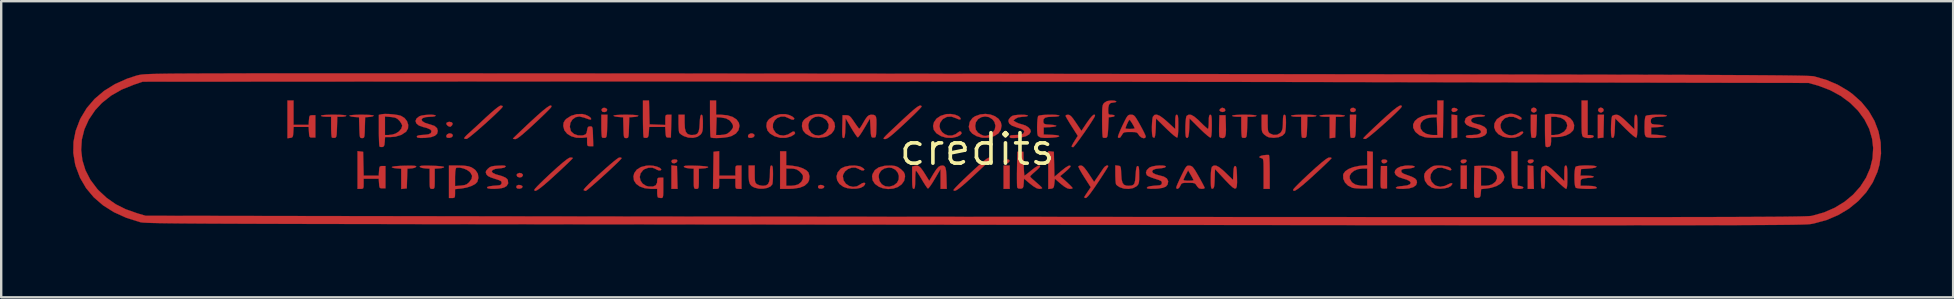
<source format=kicad_pcb>
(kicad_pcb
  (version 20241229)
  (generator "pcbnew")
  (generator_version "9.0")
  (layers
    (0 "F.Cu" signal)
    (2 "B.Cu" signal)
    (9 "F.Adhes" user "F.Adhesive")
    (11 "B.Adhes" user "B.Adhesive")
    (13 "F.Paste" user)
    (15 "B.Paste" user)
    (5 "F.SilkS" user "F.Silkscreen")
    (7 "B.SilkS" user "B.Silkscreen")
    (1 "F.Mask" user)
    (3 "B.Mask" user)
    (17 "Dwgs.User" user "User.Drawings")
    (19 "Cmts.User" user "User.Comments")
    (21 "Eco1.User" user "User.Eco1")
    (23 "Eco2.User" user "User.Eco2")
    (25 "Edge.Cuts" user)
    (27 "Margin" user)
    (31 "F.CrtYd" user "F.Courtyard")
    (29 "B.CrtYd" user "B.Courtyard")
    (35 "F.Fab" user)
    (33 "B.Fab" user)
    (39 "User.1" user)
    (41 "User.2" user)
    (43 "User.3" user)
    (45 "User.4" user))
  (footprint "credits"
    (layer "F.Cu")
    (at 37.673 3.17)
    (property "Reference" "credits" (at 0 0 0) (layer "F.SilkS") (effects (font (size 1.27 1.27) (thickness 0.15))))
    (attr through_hole)
    (fp_poly (pts (xy 1.355 1.651) (xy 1.101 1.651) (xy 1.101 0.677) (xy 1.355 0.677) (xy 1.355 1.651)) (stroke (width 0.01) (type solid)) (fill yes) (layer "F.Cu"))
    (fp_poly (pts (xy 20.405 1.651) (xy 20.151 1.651) (xy 20.151 0.677) (xy 20.405 0.677) (xy 20.405 1.651)) (stroke (width 0.01) (type solid)) (fill yes) (layer "F.Cu"))
    (fp_poly (pts (xy -12.626 0.685) (xy -12.509 0.699) (xy -12.498 1.175) (xy -12.486 1.651) (xy -12.742 1.651) (xy -12.742 0.672) (xy -12.626 0.685)) (stroke (width 0.01) (type solid)) (fill yes) (layer "F.Cu"))
    (fp_poly (pts (xy 19.886 -1.432) (xy 20.003 -1.418) (xy 20.003 -0.487) (xy 19.886 -0.473) (xy 19.77 -0.46) (xy 19.77 -1.445) (xy 19.886 -1.432)) (stroke (width 0.01) (type solid)) (fill yes) (layer "F.Cu"))
    (fp_poly (pts (xy 23.061 0.685) (xy 23.177 0.699) (xy 23.189 1.175) (xy 23.201 1.651) (xy 22.945 1.651) (xy 22.945 0.672) (xy 23.061 0.685)) (stroke (width 0.01) (type solid)) (fill yes) (layer "F.Cu"))
    (fp_poly (pts (xy 26.11 -0.963) (xy 26.099 -0.487) (xy 25.982 -0.473) (xy 25.866 -0.46) (xy 25.866 -1.439) (xy 26.122 -1.439) (xy 26.11 -0.963)) (stroke (width 0.01) (type solid)) (fill yes) (layer "F.Cu"))
    (fp_poly (pts (xy 10.297 -1.705) (xy 10.327 -1.675) (xy 10.343 -1.613) (xy 10.299 -1.568) (xy 10.221 -1.552) (xy 10.146 -1.573) (xy 10.096 -1.62) (xy 10.121 -1.676) (xy 10.207 -1.732) (xy 10.297 -1.705)) (stroke (width 0.01) (type solid)) (fill yes) (layer "F.Cu"))
    (fp_poly (pts (xy -21.921 -0.654) (xy -21.861 -0.609) (xy -21.853 -0.557) (xy -21.9 -0.502) (xy -21.988 -0.474) (xy -22.077 -0.479) (xy -22.12 -0.51) (xy -22.119 -0.575) (xy -22.087 -0.622) (xy -22.007 -0.662) (xy -21.921 -0.654)) (stroke (width 0.01) (type solid)) (fill yes) (layer "F.Cu"))
    (fp_poly (pts (xy -21.891 -1.12) (xy -21.857 -1.062) (xy -21.888 -0.993) (xy -21.948 -0.939) (xy -22.011 -0.947) (xy -22.075 -0.988) (xy -22.126 -1.056) (xy -22.102 -1.113) (xy -22.014 -1.142) (xy -21.992 -1.143) (xy -21.891 -1.12)) (stroke (width 0.01) (type solid)) (fill yes) (layer "F.Cu"))
    (fp_poly (pts (xy -19.026 1.495) (xy -18.958 1.532) (xy -18.944 1.566) (xy -18.979 1.616) (xy -19.059 1.642) (xy -19.146 1.64) (xy -19.199 1.607) (xy -19.201 1.538) (xy -19.187 1.517) (xy -19.115 1.487) (xy -19.026 1.495)) (stroke (width 0.01) (type solid)) (fill yes) (layer "F.Cu"))
    (fp_poly (pts (xy -18.991 1.002) (xy -18.936 1.052) (xy -18.932 1.094) (xy -18.979 1.156) (xy -19.065 1.177) (xy -19.15 1.149) (xy -19.171 1.129) (xy -19.196 1.067) (xy -19.158 1.018) (xy -19.076 0.987) (xy -18.991 1.002)) (stroke (width 0.01) (type solid)) (fill yes) (layer "F.Cu"))
    (fp_poly (pts (xy -15.438 -1.686) (xy -15.418 -1.646) (xy -15.441 -1.585) (xy -15.513 -1.55) (xy -15.599 -1.556) (xy -15.622 -1.567) (xy -15.655 -1.629) (xy -15.649 -1.671) (xy -15.593 -1.721) (xy -15.509 -1.725) (xy -15.438 -1.686)) (stroke (width 0.01) (type solid)) (fill yes) (layer "F.Cu"))
    (fp_poly (pts (xy -12.521 0.434) (xy -12.494 0.475) (xy -12.496 0.497) (xy -12.544 0.559) (xy -12.628 0.589) (xy -12.705 0.572) (xy -12.712 0.566) (xy -12.746 0.496) (xy -12.706 0.443) (xy -12.612 0.423) (xy -12.521 0.434)) (stroke (width 0.01) (type solid)) (fill yes) (layer "F.Cu"))
    (fp_poly (pts (xy -9.348 -0.654) (xy -9.288 -0.609) (xy -9.28 -0.557) (xy -9.327 -0.502) (xy -9.415 -0.474) (xy -9.504 -0.479) (xy -9.547 -0.51) (xy -9.546 -0.575) (xy -9.514 -0.622) (xy -9.434 -0.662) (xy -9.348 -0.654)) (stroke (width 0.01) (type solid)) (fill yes) (layer "F.Cu"))
    (fp_poly (pts (xy -6.453 1.495) (xy -6.385 1.532) (xy -6.371 1.566) (xy -6.406 1.616) (xy -6.486 1.642) (xy -6.573 1.64) (xy -6.626 1.607) (xy -6.628 1.538) (xy -6.614 1.517) (xy -6.542 1.487) (xy -6.453 1.495)) (stroke (width 0.01) (type solid)) (fill yes) (layer "F.Cu"))
    (fp_poly (pts (xy 1.322 0.434) (xy 1.349 0.475) (xy 1.347 0.497) (xy 1.299 0.559) (xy 1.215 0.589) (xy 1.138 0.572) (xy 1.131 0.566) (xy 1.097 0.496) (xy 1.137 0.443) (xy 1.231 0.423) (xy 1.322 0.434)) (stroke (width 0.01) (type solid)) (fill yes) (layer "F.Cu"))
    (fp_poly (pts (xy 15.762 -1.686) (xy 15.781 -1.646) (xy 15.759 -1.585) (xy 15.687 -1.55) (xy 15.6 -1.556) (xy 15.577 -1.567) (xy 15.545 -1.629) (xy 15.551 -1.671) (xy 15.607 -1.721) (xy 15.691 -1.725) (xy 15.762 -1.686)) (stroke (width 0.01) (type solid)) (fill yes) (layer "F.Cu"))
    (fp_poly (pts (xy 17.081 1.63) (xy 16.965 1.643) (xy 16.865 1.634) (xy 16.826 1.598) (xy 16.817 1.532) (xy 16.813 1.404) (xy 16.813 1.233) (xy 16.815 1.119) (xy 16.828 0.699) (xy 17.081 0.699) (xy 17.081 1.63)) (stroke (width 0.01) (type solid)) (fill yes) (layer "F.Cu"))
    (fp_poly (pts (xy 20.372 0.434) (xy 20.399 0.475) (xy 20.397 0.497) (xy 20.349 0.559) (xy 20.265 0.589) (xy 20.188 0.572) (xy 20.181 0.566) (xy 20.147 0.496) (xy 20.187 0.443) (xy 20.281 0.423) (xy 20.372 0.434)) (stroke (width 0.01) (type solid)) (fill yes) (layer "F.Cu"))
    (fp_poly (pts (xy 23.166 0.434) (xy 23.193 0.475) (xy 23.191 0.497) (xy 23.143 0.559) (xy 23.059 0.589) (xy 22.982 0.572) (xy 22.975 0.566) (xy 22.941 0.496) (xy 22.981 0.443) (xy 23.075 0.423) (xy 23.166 0.434)) (stroke (width 0.01) (type solid)) (fill yes) (layer "F.Cu"))
    (fp_poly (pts (xy 17.041 0.438) (xy 17.084 0.47) (xy 17.083 0.526) (xy 17.027 0.571) (xy 16.95 0.59) (xy 16.881 0.568) (xy 16.877 0.564) (xy 16.85 0.5) (xy 16.849 0.48) (xy 16.883 0.439) (xy 16.96 0.424) (xy 17.041 0.438)) (stroke (width 0.01) (type solid)) (fill yes) (layer "F.Cu"))
    (fp_poly (pts (xy 19.965 -1.704) (xy 20.019 -1.665) (xy 20.024 -1.65) (xy 19.988 -1.598) (xy 19.91 -1.559) (xy 19.831 -1.552) (xy 19.823 -1.554) (xy 19.775 -1.607) (xy 19.781 -1.68) (xy 19.812 -1.715) (xy 19.882 -1.725) (xy 19.965 -1.704)) (stroke (width 0.01) (type solid)) (fill yes) (layer "F.Cu"))
    (fp_poly (pts (xy 23.279 -1.708) (xy 23.317 -1.645) (xy 23.298 -1.579) (xy 23.279 -1.563) (xy 23.216 -1.53) (xy 23.199 -1.525) (xy 23.149 -1.545) (xy 23.118 -1.563) (xy 23.079 -1.623) (xy 23.102 -1.691) (xy 23.17 -1.733) (xy 23.199 -1.736) (xy 23.279 -1.708)) (stroke (width 0.01) (type solid)) (fill yes) (layer "F.Cu"))
    (fp_poly (pts (xy 26.073 -1.708) (xy 26.111 -1.645) (xy 26.092 -1.579) (xy 26.073 -1.563) (xy 26.01 -1.53) (xy 25.993 -1.525) (xy 25.943 -1.545) (xy 25.912 -1.563) (xy 25.873 -1.623) (xy 25.896 -1.691) (xy 25.964 -1.733) (xy 25.993 -1.736) (xy 26.073 -1.708)) (stroke (width 0.01) (type solid)) (fill yes) (layer "F.Cu"))
    (fp_poly (pts (xy -15.419 -0.963) (xy -15.425 -0.756) (xy -15.433 -0.619) (xy -15.447 -0.536) (xy -15.468 -0.494) (xy -15.501 -0.477) (xy -15.517 -0.474) (xy -15.601 -0.477) (xy -15.633 -0.492) (xy -15.646 -0.544) (xy -15.655 -0.662) (xy -15.662 -0.828) (xy -15.663 -0.981) (xy -15.663 -1.439) (xy -15.407 -1.439) (xy -15.419 -0.963)) (stroke (width 0.01) (type solid)) (fill yes) (layer "F.Cu"))
    (fp_poly (pts (xy 10.363 -1.037) (xy 10.368 -0.804) (xy 10.361 -0.643) (xy 10.341 -0.542) (xy 10.305 -0.487) (xy 10.248 -0.467) (xy 10.221 -0.466) (xy 10.133 -0.485) (xy 10.094 -0.522) (xy 10.086 -0.586) (xy 10.082 -0.714) (xy 10.082 -0.883) (xy 10.084 -0.998) (xy 10.097 -1.418) (xy 10.351 -1.418) (xy 10.363 -1.037)) (stroke (width 0.01) (type solid)) (fill yes) (layer "F.Cu"))
    (fp_poly (pts (xy 15.781 -0.963) (xy 15.775 -0.756) (xy 15.766 -0.619) (xy 15.753 -0.536) (xy 15.731 -0.494) (xy 15.699 -0.477) (xy 15.683 -0.474) (xy 15.599 -0.477) (xy 15.566 -0.492) (xy 15.554 -0.544) (xy 15.544 -0.662) (xy 15.538 -0.828) (xy 15.536 -0.981) (xy 15.536 -1.439) (xy 15.793 -1.439) (xy 15.781 -0.963)) (stroke (width 0.01) (type solid)) (fill yes) (layer "F.Cu"))
    (fp_poly (pts (xy 23.316 -0.963) (xy 23.31 -0.756) (xy 23.302 -0.619) (xy 23.288 -0.536) (xy 23.267 -0.494) (xy 23.234 -0.477) (xy 23.218 -0.474) (xy 23.134 -0.477) (xy 23.102 -0.492) (xy 23.089 -0.544) (xy 23.08 -0.662) (xy 23.073 -0.828) (xy 23.072 -0.981) (xy 23.072 -1.439) (xy 23.328 -1.439) (xy 23.316 -0.963)) (stroke (width 0.01) (type solid)) (fill yes) (layer "F.Cu"))
    (fp_poly (pts (xy 22.521 1.518) (xy 22.634 1.532) (xy 22.724 1.559) (xy 22.765 1.598) (xy 22.74 1.63) (xy 22.659 1.648) (xy 22.548 1.652) (xy 22.435 1.642) (xy 22.346 1.618) (xy 22.318 1.6) (xy 22.297 1.545) (xy 22.282 1.424) (xy 22.272 1.232) (xy 22.268 0.964) (xy 22.267 0.817) (xy 22.267 0.085) (xy 22.521 0.085) (xy 22.521 1.518)) (stroke (width 0.01) (type solid)) (fill yes) (layer "F.Cu"))
    (fp_poly (pts (xy 25.442 -0.593) (xy 25.569 -0.593) (xy 25.67 -0.574) (xy 25.696 -0.529) (xy 25.66 -0.49) (xy 25.568 -0.469) (xy 25.45 -0.467) (xy 25.333 -0.484) (xy 25.262 -0.511) (xy 25.235 -0.535) (xy 25.216 -0.577) (xy 25.203 -0.651) (xy 25.194 -0.768) (xy 25.19 -0.941) (xy 25.188 -1.181) (xy 25.188 -1.293) (xy 25.188 -2.032) (xy 25.442 -2.032) (xy 25.442 -0.593)) (stroke (width 0.01) (type solid)) (fill yes) (layer "F.Cu"))
    (fp_poly (pts (xy 15.025 -1.436) (xy 15.195 -1.427) (xy 15.298 -1.412) (xy 15.325 -1.397) (xy 15.287 -1.372) (xy 15.191 -1.357) (xy 15.136 -1.355) (xy 14.947 -1.355) (xy 14.922 -0.487) (xy 14.806 -0.473) (xy 14.69 -0.46) (xy 14.69 -1.355) (xy 14.478 -1.355) (xy 14.357 -1.362) (xy 14.281 -1.382) (xy 14.266 -1.397) (xy 14.307 -1.415) (xy 14.423 -1.429) (xy 14.606 -1.437) (xy 14.796 -1.439) (xy 15.025 -1.436)) (stroke (width 0.01) (type solid)) (fill yes) (layer "F.Cu"))
    (fp_poly (pts (xy -23.5 0.686) (xy -23.413 0.696) (xy -23.379 0.714) (xy -23.378 0.729) (xy -23.428 0.766) (xy -23.53 0.792) (xy -23.571 0.796) (xy -23.746 0.809) (xy -23.758 1.219) (xy -23.77 1.63) (xy -23.887 1.643) (xy -24.003 1.657) (xy -24.003 0.809) (xy -24.204 0.796) (xy -24.319 0.781) (xy -24.386 0.756) (xy -24.395 0.741) (xy -24.35 0.723) (xy -24.235 0.706) (xy -24.063 0.694) (xy -23.872 0.687) (xy -23.649 0.683) (xy -23.5 0.686)) (stroke (width 0.01) (type solid)) (fill yes) (layer "F.Cu"))
    (fp_poly (pts (xy 12.16 0.241) (xy 12.171 0.287) (xy 12.18 0.404) (xy 12.187 0.576) (xy 12.191 0.789) (xy 12.192 0.955) (xy 12.192 1.651) (xy 11.938 1.651) (xy 11.938 1.019) (xy 11.937 0.775) (xy 11.935 0.604) (xy 11.928 0.491) (xy 11.915 0.424) (xy 11.895 0.39) (xy 11.866 0.376) (xy 11.852 0.373) (xy 11.77 0.346) (xy 11.765 0.31) (xy 11.828 0.273) (xy 11.938 0.249) (xy 12.059 0.237) (xy 12.143 0.237) (xy 12.16 0.241)) (stroke (width 0.01) (type solid)) (fill yes) (layer "F.Cu"))
    (fp_poly (pts (xy -28.49 -1.016) (xy -27.86 -1.016) (xy -27.847 -1.217) (xy -27.836 -1.338) (xy -27.812 -1.397) (xy -27.759 -1.417) (xy -27.707 -1.418) (xy -27.58 -1.418) (xy -27.58 -0.487) (xy -27.707 -0.487) (xy -27.781 -0.492) (xy -27.821 -0.52) (xy -27.839 -0.594) (xy -27.847 -0.709) (xy -27.86 -0.931) (xy -28.486 -0.931) (xy -28.499 -0.709) (xy -28.51 -0.579) (xy -28.532 -0.511) (xy -28.577 -0.482) (xy -28.628 -0.473) (xy -28.744 -0.46) (xy -28.744 -2.032) (xy -28.49 -2.032) (xy -28.49 -1.016)) (stroke (width 0.01) (type solid)) (fill yes) (layer "F.Cu"))
    (fp_poly (pts (xy -25.707 0.092) (xy -25.59 0.106) (xy -25.579 0.603) (xy -25.567 1.101) (xy -24.939 1.101) (xy -24.926 0.9) (xy -24.915 0.778) (xy -24.891 0.719) (xy -24.838 0.7) (xy -24.786 0.699) (xy -24.659 0.699) (xy -24.659 1.63) (xy -24.786 1.63) (xy -24.863 1.624) (xy -24.903 1.592) (xy -24.92 1.511) (xy -24.926 1.429) (xy -24.939 1.228) (xy -25.569 1.228) (xy -25.569 1.439) (xy -25.572 1.565) (xy -25.589 1.627) (xy -25.634 1.649) (xy -25.696 1.651) (xy -25.823 1.651) (xy -25.823 0.079) (xy -25.707 0.092)) (stroke (width 0.01) (type solid)) (fill yes) (layer "F.Cu"))
    (fp_poly (pts (xy -16.881 0.348) (xy -16.852 0.368) (xy -16.883 0.405) (xy -16.967 0.491) (xy -17.097 0.617) (xy -17.263 0.774) (xy -17.456 0.954) (xy -17.569 1.058) (xy -17.841 1.305) (xy -18.058 1.493) (xy -18.224 1.626) (xy -18.342 1.706) (xy -18.417 1.735) (xy -18.451 1.716) (xy -18.454 1.686) (xy -18.423 1.642) (xy -18.338 1.55) (xy -18.209 1.42) (xy -18.044 1.259) (xy -17.852 1.078) (xy -17.762 0.995) (xy -17.491 0.748) (xy -17.276 0.562) (xy -17.116 0.434) (xy -17.007 0.363) (xy -16.962 0.346) (xy -16.881 0.348)) (stroke (width 0.01) (type solid)) (fill yes) (layer "F.Cu"))
    (fp_poly (pts (xy -10.753 1.101) (xy -10.075 1.101) (xy -10.075 0.889) (xy -10.073 0.764) (xy -10.055 0.701) (xy -10.011 0.68) (xy -9.948 0.677) (xy -9.821 0.677) (xy -9.821 1.651) (xy -9.948 1.651) (xy -10.024 1.646) (xy -10.061 1.618) (xy -10.074 1.544) (xy -10.075 1.439) (xy -10.075 1.228) (xy -10.753 1.228) (xy -10.753 1.439) (xy -10.755 1.565) (xy -10.772 1.627) (xy -10.817 1.649) (xy -10.881 1.651) (xy -11.009 1.651) (xy -10.997 0.878) (xy -10.986 0.106) (xy -10.869 0.092) (xy -10.753 0.079) (xy -10.753 1.101)) (stroke (width 0.01) (type solid)) (fill yes) (layer "F.Cu"))
    (fp_poly (pts (xy 14.742 0.348) (xy 14.771 0.368) (xy 14.74 0.405) (xy 14.656 0.491) (xy 14.526 0.617) (xy 14.36 0.774) (xy 14.167 0.954) (xy 14.054 1.058) (xy 13.782 1.305) (xy 13.565 1.493) (xy 13.399 1.626) (xy 13.281 1.706) (xy 13.206 1.735) (xy 13.172 1.716) (xy 13.169 1.686) (xy 13.2 1.642) (xy 13.285 1.55) (xy 13.414 1.42) (xy 13.579 1.259) (xy 13.771 1.078) (xy 13.861 0.995) (xy 14.132 0.748) (xy 14.347 0.562) (xy 14.507 0.434) (xy 14.616 0.363) (xy 14.661 0.346) (xy 14.742 0.348)) (stroke (width 0.01) (type solid)) (fill yes) (layer "F.Cu"))
    (fp_poly (pts (xy -17.741 -1.789) (xy -17.745 -1.766) (xy -17.779 -1.722) (xy -17.866 -1.63) (xy -17.997 -1.499) (xy -18.164 -1.338) (xy -18.356 -1.155) (xy -18.451 -1.067) (xy -18.707 -0.832) (xy -18.909 -0.654) (xy -19.061 -0.529) (xy -19.169 -0.454) (xy -19.236 -0.424) (xy -19.245 -0.423) (xy -19.322 -0.43) (xy -19.346 -0.442) (xy -19.317 -0.475) (xy -19.234 -0.557) (xy -19.106 -0.68) (xy -18.942 -0.837) (xy -18.75 -1.018) (xy -18.619 -1.14) (xy -18.339 -1.397) (xy -18.115 -1.593) (xy -17.945 -1.729) (xy -17.827 -1.807) (xy -17.759 -1.826) (xy -17.741 -1.789)) (stroke (width 0.01) (type solid)) (fill yes) (layer "F.Cu"))
    (fp_poly (pts (xy 17.693 -1.803) (xy 17.695 -1.782) (xy 17.665 -1.735) (xy 17.58 -1.643) (xy 17.452 -1.517) (xy 17.293 -1.365) (xy 17.112 -1.199) (xy 16.921 -1.028) (xy 16.731 -0.861) (xy 16.553 -0.709) (xy 16.398 -0.58) (xy 16.277 -0.486) (xy 16.2 -0.436) (xy 16.185 -0.431) (xy 16.111 -0.434) (xy 16.093 -0.459) (xy 16.127 -0.499) (xy 16.214 -0.588) (xy 16.346 -0.716) (xy 16.513 -0.876) (xy 16.707 -1.058) (xy 16.817 -1.161) (xy 17.088 -1.408) (xy 17.304 -1.596) (xy 17.469 -1.727) (xy 17.587 -1.804) (xy 17.66 -1.828) (xy 17.693 -1.803)) (stroke (width 0.01) (type solid)) (fill yes) (layer "F.Cu"))
    (fp_poly (pts (xy -14.841 0.349) (xy -14.817 0.37) (xy -14.847 0.411) (xy -14.93 0.499) (xy -15.056 0.622) (xy -15.213 0.771) (xy -15.391 0.937) (xy -15.58 1.109) (xy -15.767 1.278) (xy -15.944 1.434) (xy -16.098 1.567) (xy -16.219 1.668) (xy -16.296 1.725) (xy -16.317 1.736) (xy -16.387 1.713) (xy -16.401 1.699) (xy -16.38 1.658) (xy -16.304 1.572) (xy -16.186 1.451) (xy -16.034 1.303) (xy -15.86 1.14) (xy -15.675 0.97) (xy -15.488 0.803) (xy -15.311 0.648) (xy -15.154 0.516) (xy -15.028 0.416) (xy -14.943 0.358) (xy -14.917 0.346) (xy -14.841 0.349)) (stroke (width 0.01) (type solid)) (fill yes) (layer "F.Cu"))
    (fp_poly (pts (xy -19.786 -1.805) (xy -19.77 -1.783) (xy -19.8 -1.737) (xy -19.885 -1.646) (xy -20.012 -1.521) (xy -20.171 -1.37) (xy -20.351 -1.204) (xy -20.541 -1.033) (xy -20.731 -0.866) (xy -20.908 -0.713) (xy -21.063 -0.584) (xy -21.184 -0.489) (xy -21.261 -0.437) (xy -21.277 -0.431) (xy -21.354 -0.436) (xy -21.378 -0.46) (xy -21.349 -0.509) (xy -21.273 -0.59) (xy -21.215 -0.642) (xy -21.13 -0.718) (xy -20.998 -0.839) (xy -20.831 -0.992) (xy -20.645 -1.165) (xy -20.498 -1.302) (xy -20.288 -1.493) (xy -20.111 -1.646) (xy -19.972 -1.755) (xy -19.882 -1.812) (xy -19.856 -1.82) (xy -19.786 -1.805)) (stroke (width 0.01) (type solid)) (fill yes) (layer "F.Cu"))
    (fp_poly (pts (xy -2.329 -1.807) (xy -2.313 -1.787) (xy -2.336 -1.75) (xy -2.414 -1.664) (xy -2.538 -1.538) (xy -2.698 -1.381) (xy -2.888 -1.2) (xy -3.007 -1.088) (xy -3.247 -0.867) (xy -3.435 -0.698) (xy -3.578 -0.576) (xy -3.685 -0.494) (xy -3.763 -0.447) (xy -3.82 -0.427) (xy -3.84 -0.425) (xy -3.886 -0.43) (xy -3.901 -0.449) (xy -3.877 -0.491) (xy -3.808 -0.565) (xy -3.688 -0.683) (xy -3.598 -0.768) (xy -3.292 -1.056) (xy -3.041 -1.291) (xy -2.838 -1.476) (xy -2.679 -1.617) (xy -2.558 -1.717) (xy -2.468 -1.781) (xy -2.404 -1.814) (xy -2.359 -1.822) (xy -2.329 -1.807)) (stroke (width 0.01) (type solid)) (fill yes) (layer "F.Cu"))
    (fp_poly (pts (xy 0.585 0.345) (xy 0.601 0.363) (xy 0.577 0.405) (xy 0.508 0.48) (xy 0.387 0.598) (xy 0.318 0.663) (xy 0.004 0.959) (xy -0.254 1.199) (xy -0.463 1.388) (xy -0.628 1.531) (xy -0.755 1.633) (xy -0.849 1.696) (xy -0.916 1.726) (xy -0.96 1.728) (xy -0.988 1.704) (xy -0.989 1.703) (xy -0.965 1.667) (xy -0.887 1.581) (xy -0.763 1.455) (xy -0.603 1.297) (xy -0.414 1.116) (xy -0.295 1.005) (xy -0.056 0.783) (xy 0.131 0.614) (xy 0.274 0.492) (xy 0.38 0.41) (xy 0.458 0.363) (xy 0.515 0.342) (xy 0.537 0.341) (xy 0.585 0.345)) (stroke (width 0.01) (type solid)) (fill yes) (layer "F.Cu"))
    (fp_poly (pts (xy -26.589 -1.436) (xy -26.418 -1.427) (xy -26.316 -1.412) (xy -26.289 -1.397) (xy -26.327 -1.372) (xy -26.422 -1.357) (xy -26.478 -1.355) (xy -26.667 -1.355) (xy -26.679 -0.921) (xy -26.686 -0.725) (xy -26.695 -0.597) (xy -26.711 -0.524) (xy -26.736 -0.488) (xy -26.774 -0.475) (xy -26.778 -0.474) (xy -26.862 -0.477) (xy -26.894 -0.492) (xy -26.907 -0.545) (xy -26.917 -0.662) (xy -26.923 -0.825) (xy -26.924 -0.938) (xy -26.924 -1.355) (xy -27.136 -1.355) (xy -27.256 -1.362) (xy -27.333 -1.382) (xy -27.347 -1.397) (xy -27.307 -1.415) (xy -27.19 -1.429) (xy -27.008 -1.437) (xy -26.818 -1.439) (xy -26.589 -1.436)) (stroke (width 0.01) (type solid)) (fill yes) (layer "F.Cu"))
    (fp_poly (pts (xy -25.449 -1.436) (xy -25.287 -1.428) (xy -25.181 -1.415) (xy -25.146 -1.399) (xy -25.184 -1.372) (xy -25.279 -1.351) (xy -25.326 -1.347) (xy -25.506 -1.333) (xy -25.518 -0.9) (xy -25.524 -0.705) (xy -25.532 -0.579) (xy -25.546 -0.508) (xy -25.571 -0.475) (xy -25.609 -0.466) (xy -25.633 -0.466) (xy -25.679 -0.469) (xy -25.709 -0.488) (xy -25.728 -0.54) (xy -25.738 -0.638) (xy -25.745 -0.798) (xy -25.748 -0.9) (xy -25.76 -1.333) (xy -25.961 -1.346) (xy -26.078 -1.361) (xy -26.151 -1.385) (xy -26.162 -1.399) (xy -26.122 -1.416) (xy -26.012 -1.428) (xy -25.845 -1.437) (xy -25.654 -1.439) (xy -25.449 -1.436)) (stroke (width 0.01) (type solid)) (fill yes) (layer "F.Cu"))
    (fp_poly (pts (xy 3.196 0.106) (xy 3.208 0.626) (xy 3.22 1.146) (xy 3.496 0.912) (xy 3.671 0.773) (xy 3.797 0.695) (xy 3.872 0.678) (xy 3.895 0.716) (xy 3.864 0.76) (xy 3.785 0.841) (xy 3.677 0.937) (xy 3.458 1.119) (xy 3.719 1.355) (xy 3.839 1.467) (xy 3.929 1.558) (xy 3.976 1.613) (xy 3.979 1.621) (xy 3.943 1.642) (xy 3.856 1.651) (xy 3.75 1.625) (xy 3.615 1.544) (xy 3.485 1.44) (xy 3.239 1.229) (xy 3.217 1.429) (xy 3.199 1.552) (xy 3.169 1.614) (xy 3.111 1.639) (xy 3.08 1.643) (xy 2.963 1.657) (xy 2.963 0.079) (xy 3.196 0.106)) (stroke (width 0.01) (type solid)) (fill yes) (layer "F.Cu"))
    (fp_poly (pts (xy 11.357 -1.436) (xy 11.522 -1.426) (xy 11.619 -1.411) (xy 11.642 -1.397) (xy 11.604 -1.372) (xy 11.508 -1.357) (xy 11.453 -1.355) (xy 11.264 -1.355) (xy 11.252 -0.921) (xy 11.245 -0.725) (xy 11.235 -0.597) (xy 11.22 -0.524) (xy 11.195 -0.488) (xy 11.157 -0.475) (xy 11.153 -0.474) (xy 11.069 -0.477) (xy 11.037 -0.492) (xy 11.024 -0.545) (xy 11.014 -0.662) (xy 11.008 -0.825) (xy 11.007 -0.938) (xy 11.007 -1.355) (xy 10.816 -1.355) (xy 10.703 -1.363) (xy 10.634 -1.384) (xy 10.626 -1.397) (xy 10.666 -1.416) (xy 10.782 -1.429) (xy 10.963 -1.437) (xy 11.134 -1.439) (xy 11.357 -1.436)) (stroke (width 0.01) (type solid)) (fill yes) (layer "F.Cu"))
    (fp_poly (pts (xy 13.839 -1.436) (xy 14.01 -1.427) (xy 14.112 -1.412) (xy 14.139 -1.397) (xy 14.102 -1.372) (xy 14.006 -1.357) (xy 13.95 -1.355) (xy 13.761 -1.355) (xy 13.749 -0.921) (xy 13.742 -0.725) (xy 13.733 -0.597) (xy 13.718 -0.524) (xy 13.693 -0.488) (xy 13.655 -0.475) (xy 13.651 -0.474) (xy 13.567 -0.477) (xy 13.534 -0.492) (xy 13.522 -0.545) (xy 13.511 -0.662) (xy 13.505 -0.825) (xy 13.504 -0.938) (xy 13.504 -1.355) (xy 13.293 -1.355) (xy 13.172 -1.362) (xy 13.095 -1.382) (xy 13.081 -1.397) (xy 13.122 -1.415) (xy 13.238 -1.429) (xy 13.42 -1.437) (xy 13.61 -1.439) (xy 13.839 -1.436)) (stroke (width 0.01) (type solid)) (fill yes) (layer "F.Cu"))
    (fp_poly (pts (xy -22.737 0.687) (xy -22.526 0.695) (xy -22.36 0.708) (xy -22.251 0.724) (xy -22.214 0.741) (xy -22.246 0.768) (xy -22.338 0.789) (xy -22.405 0.796) (xy -22.606 0.809) (xy -22.606 1.23) (xy -22.607 1.421) (xy -22.611 1.544) (xy -22.624 1.612) (xy -22.648 1.643) (xy -22.687 1.651) (xy -22.712 1.651) (xy -22.76 1.648) (xy -22.791 1.63) (xy -22.808 1.581) (xy -22.816 1.485) (xy -22.818 1.328) (xy -22.818 1.23) (xy -22.818 0.809) (xy -23.015 0.796) (xy -23.141 0.777) (xy -23.219 0.744) (xy -23.231 0.729) (xy -23.221 0.706) (xy -23.166 0.691) (xy -23.054 0.684) (xy -22.875 0.684) (xy -22.737 0.687)) (stroke (width 0.01) (type solid)) (fill yes) (layer "F.Cu"))
    (fp_poly (pts (xy -14.509 -1.437) (xy -14.343 -1.432) (xy -14.211 -1.422) (xy -14.132 -1.407) (xy -14.12 -1.399) (xy -14.142 -1.374) (xy -14.229 -1.353) (xy -14.297 -1.346) (xy -14.499 -1.333) (xy -14.511 -0.9) (xy -14.517 -0.705) (xy -14.526 -0.579) (xy -14.54 -0.508) (xy -14.564 -0.475) (xy -14.602 -0.466) (xy -14.626 -0.466) (xy -14.672 -0.469) (xy -14.703 -0.488) (xy -14.721 -0.54) (xy -14.732 -0.638) (xy -14.738 -0.798) (xy -14.741 -0.9) (xy -14.753 -1.333) (xy -14.954 -1.346) (xy -15.072 -1.361) (xy -15.144 -1.385) (xy -15.155 -1.399) (xy -15.116 -1.416) (xy -15.013 -1.428) (xy -14.864 -1.435) (xy -14.689 -1.439) (xy -14.509 -1.437)) (stroke (width 0.01) (type solid)) (fill yes) (layer "F.Cu"))
    (fp_poly (pts (xy -11.73 0.687) (xy -11.52 0.695) (xy -11.353 0.708) (xy -11.244 0.724) (xy -11.208 0.741) (xy -11.239 0.768) (xy -11.331 0.789) (xy -11.398 0.796) (xy -11.599 0.809) (xy -11.599 1.23) (xy -11.6 1.421) (xy -11.605 1.544) (xy -11.617 1.612) (xy -11.641 1.643) (xy -11.681 1.651) (xy -11.705 1.651) (xy -11.753 1.648) (xy -11.784 1.63) (xy -11.801 1.581) (xy -11.809 1.485) (xy -11.811 1.328) (xy -11.811 1.23) (xy -11.811 0.809) (xy -12.009 0.796) (xy -12.135 0.777) (xy -12.212 0.744) (xy -12.224 0.729) (xy -12.214 0.706) (xy -12.159 0.691) (xy -12.047 0.684) (xy -11.868 0.684) (xy -11.73 0.687)) (stroke (width 0.01) (type solid)) (fill yes) (layer "F.Cu"))
    (fp_poly (pts (xy -13.664 -1.535) (xy -13.652 -1.037) (xy -13.324 -1.025) (xy -12.996 -1.012) (xy -12.996 -1.226) (xy -12.994 -1.352) (xy -12.977 -1.415) (xy -12.933 -1.437) (xy -12.868 -1.439) (xy -12.74 -1.439) (xy -12.752 -0.963) (xy -12.764 -0.487) (xy -12.869 -0.487) (xy -12.932 -0.494) (xy -12.965 -0.53) (xy -12.981 -0.616) (xy -12.988 -0.709) (xy -13.001 -0.931) (xy -13.669 -0.931) (xy -13.682 -0.709) (xy -13.695 -0.576) (xy -13.72 -0.505) (xy -13.766 -0.477) (xy -13.781 -0.474) (xy -13.865 -0.477) (xy -13.898 -0.492) (xy -13.907 -0.542) (xy -13.916 -0.663) (xy -13.922 -0.84) (xy -13.926 -1.059) (xy -13.928 -1.277) (xy -13.928 -2.032) (xy -13.676 -2.032) (xy -13.664 -1.535)) (stroke (width 0.01) (type solid)) (fill yes) (layer "F.Cu"))
    (fp_poly (pts (xy -7.959 0.665) (xy -7.685 0.691) (xy -7.464 0.729) (xy -7.267 0.795) (xy -7.114 0.88) (xy -7.029 0.971) (xy -6.988 1.127) (xy -7.007 1.294) (xy -7.054 1.392) (xy -7.19 1.518) (xy -7.394 1.602) (xy -7.668 1.644) (xy -7.842 1.65) (xy -8.213 1.651) (xy -8.213 0.804) (xy -7.959 0.804) (xy -7.959 1.524) (xy -7.766 1.524) (xy -7.615 1.509) (xy -7.477 1.472) (xy -7.447 1.458) (xy -7.331 1.363) (xy -7.263 1.235) (xy -7.259 1.105) (xy -7.261 1.097) (xy -7.309 1.02) (xy -7.394 0.929) (xy -7.414 0.912) (xy -7.528 0.838) (xy -7.661 0.808) (xy -7.75 0.804) (xy -7.959 0.804) (xy -8.213 0.804) (xy -8.213 0.085) (xy -7.959 0.085) (xy -7.959 0.665)) (stroke (width 0.01) (type solid)) (fill yes) (layer "F.Cu"))
    (fp_poly (pts (xy 16.372 0.092) (xy 16.489 0.106) (xy 16.489 1.63) (xy 16.129 1.637) (xy 15.945 1.636) (xy 15.778 1.627) (xy 15.657 1.611) (xy 15.638 1.606) (xy 15.462 1.52) (xy 15.331 1.388) (xy 15.258 1.23) (xy 15.255 1.11) (xy 15.523 1.11) (xy 15.527 1.228) (xy 15.617 1.378) (xy 15.765 1.474) (xy 15.976 1.518) (xy 16.055 1.521) (xy 16.256 1.524) (xy 16.256 0.804) (xy 16.055 0.804) (xy 15.869 0.83) (xy 15.708 0.897) (xy 15.588 0.995) (xy 15.523 1.11) (xy 15.255 1.11) (xy 15.254 1.063) (xy 15.266 1.021) (xy 15.342 0.916) (xy 15.484 0.821) (xy 15.676 0.746) (xy 15.898 0.697) (xy 15.982 0.688) (xy 16.256 0.666) (xy 16.256 0.079) (xy 16.372 0.092)) (stroke (width 0.01) (type solid)) (fill yes) (layer "F.Cu"))
    (fp_poly (pts (xy 4.393 0.701) (xy 4.469 0.773) (xy 4.57 0.905) (xy 4.649 1.02) (xy 4.873 1.362) (xy 5.03 1.136) (xy 5.126 0.996) (xy 5.213 0.867) (xy 5.261 0.794) (xy 5.327 0.72) (xy 5.398 0.678) (xy 5.45 0.679) (xy 5.461 0.708) (xy 5.439 0.751) (xy 5.377 0.853) (xy 5.282 1.002) (xy 5.163 1.186) (xy 5.032 1.385) (xy 4.858 1.641) (xy 4.723 1.829) (xy 4.623 1.953) (xy 4.554 2.019) (xy 4.521 2.032) (xy 4.465 2.013) (xy 4.471 1.979) (xy 4.512 1.914) (xy 4.581 1.81) (xy 4.618 1.755) (xy 4.734 1.583) (xy 4.465 1.164) (xy 4.362 0.998) (xy 4.28 0.856) (xy 4.23 0.756) (xy 4.217 0.711) (xy 4.272 0.684) (xy 4.331 0.678) (xy 4.393 0.701)) (stroke (width 0.01) (type solid)) (fill yes) (layer "F.Cu"))
    (fp_poly (pts (xy 4.905 -1.432) (xy 4.911 -1.399) (xy 4.888 -1.344) (xy 4.824 -1.236) (xy 4.73 -1.089) (xy 4.615 -0.916) (xy 4.488 -0.73) (xy 4.358 -0.546) (xy 4.235 -0.375) (xy 4.129 -0.233) (xy 4.047 -0.132) (xy 4.001 -0.086) (xy 3.996 -0.085) (xy 3.943 -0.104) (xy 3.937 -0.119) (xy 3.958 -0.171) (xy 4.012 -0.269) (xy 4.066 -0.356) (xy 4.194 -0.558) (xy 3.939 -0.957) (xy 3.836 -1.121) (xy 3.753 -1.26) (xy 3.699 -1.358) (xy 3.683 -1.397) (xy 3.719 -1.429) (xy 3.788 -1.439) (xy 3.849 -1.425) (xy 3.915 -1.375) (xy 3.998 -1.276) (xy 4.11 -1.116) (xy 4.119 -1.102) (xy 4.345 -0.764) (xy 4.57 -1.102) (xy 4.693 -1.273) (xy 4.793 -1.388) (xy 4.866 -1.443) (xy 4.905 -1.432)) (stroke (width 0.01) (type solid)) (fill yes) (layer "F.Cu"))
    (fp_poly (pts (xy 19.421 -1.259) (xy 19.41 -0.487) (xy 19.092 -0.48) (xy 18.917 -0.48) (xy 18.759 -0.489) (xy 18.651 -0.504) (xy 18.648 -0.504) (xy 18.441 -0.581) (xy 18.287 -0.702) (xy 18.249 -0.746) (xy 18.171 -0.897) (xy 18.171 -0.978) (xy 18.463 -0.978) (xy 18.487 -0.851) (xy 18.568 -0.736) (xy 18.706 -0.647) (xy 18.901 -0.598) (xy 18.999 -0.593) (xy 19.18 -0.593) (xy 19.168 -0.963) (xy 19.156 -1.333) (xy 18.957 -1.327) (xy 18.743 -1.292) (xy 18.59 -1.213) (xy 18.497 -1.104) (xy 18.463 -0.978) (xy 18.171 -0.978) (xy 18.171 -1.043) (xy 18.239 -1.177) (xy 18.369 -1.291) (xy 18.552 -1.377) (xy 18.78 -1.428) (xy 18.96 -1.439) (xy 19.177 -1.439) (xy 19.177 -2.032) (xy 19.433 -2.032) (xy 19.421 -1.259)) (stroke (width 0.01) (type solid)) (fill yes) (layer "F.Cu"))
    (fp_poly (pts (xy -12.192 -1.101) (xy -12.181 -0.879) (xy -12.142 -0.728) (xy -12.071 -0.638) (xy -11.959 -0.597) (xy -11.883 -0.593) (xy -11.751 -0.604) (xy -11.662 -0.648) (xy -11.607 -0.738) (xy -11.576 -0.887) (xy -11.563 -1.076) (xy -11.552 -1.262) (xy -11.535 -1.376) (xy -11.511 -1.43) (xy -11.489 -1.439) (xy -11.459 -1.42) (xy -11.441 -1.354) (xy -11.432 -1.226) (xy -11.43 -1.082) (xy -11.433 -0.899) (xy -11.445 -0.778) (xy -11.47 -0.695) (xy -11.514 -0.627) (xy -11.528 -0.611) (xy -11.659 -0.518) (xy -11.837 -0.476) (xy -12.036 -0.486) (xy -12.217 -0.544) (xy -12.329 -0.609) (xy -12.405 -0.675) (xy -12.418 -0.697) (xy -12.432 -0.772) (xy -12.441 -0.906) (xy -12.446 -1.071) (xy -12.446 -1.104) (xy -12.446 -1.439) (xy -12.192 -1.439) (xy -12.192 -1.101)) (stroke (width 0.01) (type solid)) (fill yes) (layer "F.Cu"))
    (fp_poly (pts (xy -0.925 -1.441) (xy -0.782 -1.383) (xy -0.719 -1.332) (xy -0.683 -1.265) (xy -0.712 -1.238) (xy -0.794 -1.255) (xy -0.873 -1.291) (xy -1.073 -1.361) (xy -1.259 -1.351) (xy -1.422 -1.264) (xy -1.443 -1.245) (xy -1.543 -1.106) (xy -1.571 -0.964) (xy -1.54 -0.829) (xy -1.46 -0.712) (xy -1.343 -0.623) (xy -1.203 -0.572) (xy -1.05 -0.571) (xy -0.895 -0.629) (xy -0.814 -0.69) (xy -0.732 -0.746) (xy -0.676 -0.735) (xy -0.672 -0.731) (xy -0.647 -0.663) (xy -0.706 -0.591) (xy -0.829 -0.525) (xy -1.05 -0.473) (xy -1.291 -0.482) (xy -1.503 -0.545) (xy -1.695 -0.664) (xy -1.807 -0.807) (xy -1.838 -0.971) (xy -1.799 -1.128) (xy -1.693 -1.278) (xy -1.522 -1.392) (xy -1.302 -1.461) (xy -1.278 -1.465) (xy -1.1 -1.47) (xy -0.925 -1.441)) (stroke (width 0.01) (type solid)) (fill yes) (layer "F.Cu"))
    (fp_poly (pts (xy -9.271 1.035) (xy -9.269 1.213) (xy -9.259 1.326) (xy -9.238 1.395) (xy -9.2 1.441) (xy -9.177 1.458) (xy -9.07 1.503) (xy -8.937 1.524) (xy -8.925 1.524) (xy -8.8 1.507) (xy -8.715 1.449) (xy -8.664 1.338) (xy -8.64 1.163) (xy -8.636 1.007) (xy -8.633 0.836) (xy -8.622 0.734) (xy -8.599 0.686) (xy -8.572 0.677) (xy -8.541 0.693) (xy -8.521 0.749) (xy -8.512 0.861) (xy -8.509 1.034) (xy -8.512 1.206) (xy -8.52 1.352) (xy -8.531 1.445) (xy -8.535 1.459) (xy -8.612 1.549) (xy -8.747 1.612) (xy -8.918 1.644) (xy -9.102 1.641) (xy -9.277 1.598) (xy -9.299 1.589) (xy -9.402 1.531) (xy -9.468 1.451) (xy -9.507 1.332) (xy -9.523 1.156) (xy -9.525 1.019) (xy -9.525 0.677) (xy -9.271 0.677) (xy -9.271 1.035)) (stroke (width 0.01) (type solid)) (fill yes) (layer "F.Cu"))
    (fp_poly (pts (xy 22.358 -1.466) (xy 22.489 -1.425) (xy 22.604 -1.371) (xy 22.677 -1.315) (xy 22.691 -1.287) (xy 22.664 -1.234) (xy 22.586 -1.247) (xy 22.5 -1.295) (xy 22.344 -1.353) (xy 22.166 -1.354) (xy 22.005 -1.3) (xy 21.976 -1.28) (xy 21.856 -1.154) (xy 21.808 -1.018) (xy 21.822 -0.883) (xy 21.886 -0.761) (xy 21.991 -0.662) (xy 22.126 -0.597) (xy 22.281 -0.576) (xy 22.445 -0.611) (xy 22.56 -0.674) (xy 22.659 -0.729) (xy 22.731 -0.74) (xy 22.758 -0.711) (xy 22.724 -0.646) (xy 22.59 -0.544) (xy 22.402 -0.486) (xy 22.185 -0.474) (xy 21.96 -0.512) (xy 21.907 -0.529) (xy 21.725 -0.627) (xy 21.603 -0.762) (xy 21.546 -0.917) (xy 21.559 -1.08) (xy 21.647 -1.234) (xy 21.67 -1.259) (xy 21.83 -1.372) (xy 22.033 -1.452) (xy 22.24 -1.482) (xy 22.358 -1.466)) (stroke (width 0.01) (type solid)) (fill yes) (layer "F.Cu"))
    (fp_poly (pts (xy -4.914 0.706) (xy -4.832 0.738) (xy -4.744 0.794) (xy -4.7 0.842) (xy -4.699 0.848) (xy -4.731 0.883) (xy -4.808 0.881) (xy -4.901 0.843) (xy -4.929 0.824) (xy -5.07 0.764) (xy -5.229 0.767) (xy -5.382 0.823) (xy -5.507 0.922) (xy -5.584 1.052) (xy -5.597 1.13) (xy -5.565 1.301) (xy -5.471 1.437) (xy -5.334 1.529) (xy -5.174 1.568) (xy -5.009 1.544) (xy -4.899 1.482) (xy -4.789 1.414) (xy -4.707 1.395) (xy -4.666 1.417) (xy -4.681 1.477) (xy -4.744 1.548) (xy -4.863 1.609) (xy -5.033 1.641) (xy -5.228 1.645) (xy -5.419 1.619) (xy -5.574 1.566) (xy -5.739 1.445) (xy -5.835 1.294) (xy -5.861 1.129) (xy -5.814 0.966) (xy -5.694 0.821) (xy -5.66 0.795) (xy -5.509 0.726) (xy -5.311 0.687) (xy -5.102 0.679) (xy -4.914 0.706)) (stroke (width 0.01) (type solid)) (fill yes) (layer "F.Cu"))
    (fp_poly (pts (xy 7.614 -1.39) (xy 7.779 -1.271) (xy 7.93 -1.139) (xy 8.255 -0.84) (xy 8.255 -1.139) (xy 8.259 -1.302) (xy 8.272 -1.395) (xy 8.298 -1.435) (xy 8.319 -1.439) (xy 8.347 -1.426) (xy 8.366 -1.377) (xy 8.377 -1.279) (xy 8.381 -1.118) (xy 8.382 -0.976) (xy 8.378 -0.764) (xy 8.367 -0.604) (xy 8.35 -0.507) (xy 8.338 -0.486) (xy 8.293 -0.504) (xy 8.201 -0.572) (xy 8.074 -0.681) (xy 7.925 -0.821) (xy 7.874 -0.87) (xy 7.454 -1.283) (xy 7.442 -0.888) (xy 7.431 -0.687) (xy 7.412 -0.548) (xy 7.388 -0.482) (xy 7.382 -0.478) (xy 7.329 -0.497) (xy 7.308 -0.531) (xy 7.291 -0.621) (xy 7.283 -0.766) (xy 7.282 -0.938) (xy 7.289 -1.11) (xy 7.302 -1.256) (xy 7.321 -1.349) (xy 7.325 -1.357) (xy 7.392 -1.431) (xy 7.487 -1.442) (xy 7.614 -1.39)) (stroke (width 0.01) (type solid)) (fill yes) (layer "F.Cu"))
    (fp_poly (pts (xy 12.107 -1.082) (xy 12.11 -0.904) (xy 12.119 -0.79) (xy 12.14 -0.721) (xy 12.178 -0.676) (xy 12.201 -0.659) (xy 12.35 -0.597) (xy 12.502 -0.604) (xy 12.63 -0.677) (xy 12.655 -0.704) (xy 12.703 -0.784) (xy 12.73 -0.886) (xy 12.741 -1.034) (xy 12.742 -1.128) (xy 12.746 -1.293) (xy 12.758 -1.39) (xy 12.783 -1.433) (xy 12.806 -1.439) (xy 12.838 -1.423) (xy 12.858 -1.366) (xy 12.867 -1.252) (xy 12.869 -1.098) (xy 12.864 -0.926) (xy 12.849 -0.778) (xy 12.828 -0.682) (xy 12.824 -0.671) (xy 12.724 -0.568) (xy 12.565 -0.502) (xy 12.366 -0.477) (xy 12.164 -0.495) (xy 12.07 -0.536) (xy 11.967 -0.61) (xy 11.963 -0.614) (xy 11.909 -0.671) (xy 11.877 -0.732) (xy 11.86 -0.821) (xy 11.854 -0.959) (xy 11.853 -1.077) (xy 11.853 -1.439) (xy 12.107 -1.439) (xy 12.107 -1.082)) (stroke (width 0.01) (type solid)) (fill yes) (layer "F.Cu"))
    (fp_poly (pts (xy -7.982 -1.462) (xy -7.834 -1.425) (xy -7.71 -1.368) (xy -7.634 -1.304) (xy -7.62 -1.269) (xy -7.652 -1.232) (xy -7.732 -1.238) (xy -7.837 -1.285) (xy -7.853 -1.295) (xy -8.017 -1.362) (xy -8.18 -1.362) (xy -8.326 -1.305) (xy -8.44 -1.202) (xy -8.508 -1.066) (xy -8.514 -0.908) (xy -8.488 -0.82) (xy -8.388 -0.678) (xy -8.242 -0.593) (xy -8.07 -0.57) (xy -7.891 -0.612) (xy -7.767 -0.686) (xy -7.672 -0.742) (xy -7.612 -0.729) (xy -7.586 -0.671) (xy -7.632 -0.61) (xy -7.754 -0.539) (xy -7.763 -0.534) (xy -7.974 -0.476) (xy -8.209 -0.478) (xy -8.434 -0.54) (xy -8.445 -0.545) (xy -8.629 -0.653) (xy -8.738 -0.78) (xy -8.781 -0.938) (xy -8.782 -0.981) (xy -8.767 -1.112) (xy -8.709 -1.211) (xy -8.647 -1.272) (xy -8.452 -1.395) (xy -8.219 -1.462) (xy -7.983 -1.463) (xy -7.982 -1.462)) (stroke (width 0.01) (type solid)) (fill yes) (layer "F.Cu"))
    (fp_poly (pts (xy 0.554 -1.446) (xy 0.741 -1.376) (xy 0.891 -1.269) (xy 0.987 -1.129) (xy 1.016 -0.987) (xy 0.984 -0.804) (xy 0.885 -0.662) (xy 0.711 -0.55) (xy 0.703 -0.547) (xy 0.46 -0.479) (xy 0.204 -0.48) (xy -0.021 -0.545) (xy -0.203 -0.653) (xy -0.309 -0.777) (xy -0.347 -0.93) (xy -0.347 -0.951) (xy -0.342 -0.976) (xy -0.083 -0.976) (xy -0.056 -0.814) (xy 0.033 -0.693) (xy 0.152 -0.615) (xy 0.271 -0.563) (xy 0.367 -0.556) (xy 0.48 -0.59) (xy 0.638 -0.687) (xy 0.733 -0.822) (xy 0.763 -0.977) (xy 0.722 -1.134) (xy 0.637 -1.247) (xy 0.49 -1.34) (xy 0.328 -1.367) (xy 0.171 -1.336) (xy 0.038 -1.254) (xy -0.053 -1.127) (xy -0.083 -0.976) (xy -0.342 -0.976) (xy -0.308 -1.144) (xy -0.196 -1.3) (xy -0.085 -1.376) (xy 0.125 -1.451) (xy 0.343 -1.473) (xy 0.554 -1.446)) (stroke (width 0.01) (type solid)) (fill yes) (layer "F.Cu"))
    (fp_poly (pts (xy 5.718 -2.024) (xy 5.789 -2.003) (xy 5.8 -1.99) (xy 5.763 -1.959) (xy 5.681 -1.947) (xy 5.563 -1.927) (xy 5.494 -1.858) (xy 5.464 -1.727) (xy 5.461 -1.643) (xy 5.464 -1.52) (xy 5.483 -1.461) (xy 5.53 -1.441) (xy 5.586 -1.439) (xy 5.692 -1.426) (xy 5.732 -1.396) (xy 5.702 -1.364) (xy 5.621 -1.347) (xy 5.482 -1.333) (xy 5.461 -0.91) (xy 5.45 -0.717) (xy 5.437 -0.592) (xy 5.419 -0.52) (xy 5.392 -0.486) (xy 5.353 -0.474) (xy 5.269 -0.477) (xy 5.237 -0.492) (xy 5.227 -0.543) (xy 5.218 -0.663) (xy 5.211 -0.837) (xy 5.208 -1.051) (xy 5.207 -1.185) (xy 5.208 -1.436) (xy 5.21 -1.617) (xy 5.218 -1.741) (xy 5.231 -1.823) (xy 5.252 -1.877) (xy 5.282 -1.918) (xy 5.305 -1.94) (xy 5.411 -2.006) (xy 5.557 -2.031) (xy 5.601 -2.032) (xy 5.718 -2.024)) (stroke (width 0.01) (type solid)) (fill yes) (layer "F.Cu"))
    (fp_poly (pts (xy 9.962 0.684) (xy 10.083 0.747) (xy 10.239 0.872) (xy 10.353 0.979) (xy 10.664 1.28) (xy 10.677 0.989) (xy 10.688 0.828) (xy 10.707 0.737) (xy 10.738 0.701) (xy 10.753 0.699) (xy 10.782 0.713) (xy 10.802 0.766) (xy 10.816 0.87) (xy 10.825 1.038) (xy 10.828 1.154) (xy 10.831 1.382) (xy 10.821 1.538) (xy 10.792 1.624) (xy 10.737 1.64) (xy 10.648 1.589) (xy 10.519 1.471) (xy 10.342 1.288) (xy 10.303 1.246) (xy 9.911 0.826) (xy 9.898 1.227) (xy 9.89 1.418) (xy 9.878 1.539) (xy 9.858 1.607) (xy 9.829 1.637) (xy 9.811 1.643) (xy 9.777 1.642) (xy 9.756 1.613) (xy 9.744 1.542) (xy 9.738 1.416) (xy 9.737 1.219) (xy 9.737 1.218) (xy 9.742 0.981) (xy 9.758 0.818) (xy 9.783 0.734) (xy 9.787 0.728) (xy 9.867 0.679) (xy 9.962 0.684)) (stroke (width 0.01) (type solid)) (fill yes) (layer "F.Cu"))
    (fp_poly (pts (xy 19.331 0.681) (xy 19.497 0.7) (xy 19.635 0.733) (xy 19.716 0.774) (xy 19.763 0.843) (xy 19.743 0.876) (xy 19.665 0.868) (xy 19.577 0.833) (xy 19.365 0.766) (xy 19.179 0.779) (xy 19.021 0.87) (xy 19.004 0.886) (xy 18.906 1.035) (xy 18.884 1.195) (xy 18.934 1.349) (xy 19.054 1.478) (xy 19.121 1.519) (xy 19.299 1.564) (xy 19.496 1.526) (xy 19.605 1.474) (xy 19.724 1.42) (xy 19.791 1.413) (xy 19.799 1.452) (xy 19.74 1.53) (xy 19.736 1.534) (xy 19.631 1.593) (xy 19.471 1.631) (xy 19.286 1.646) (xy 19.104 1.636) (xy 18.952 1.598) (xy 18.941 1.593) (xy 18.773 1.478) (xy 18.664 1.319) (xy 18.627 1.142) (xy 18.641 1.024) (xy 18.697 0.929) (xy 18.776 0.852) (xy 18.89 0.765) (xy 19 0.705) (xy 19.031 0.694) (xy 19.166 0.677) (xy 19.331 0.681)) (stroke (width 0.01) (type solid)) (fill yes) (layer "F.Cu"))
    (fp_poly (pts (xy 27.482 -1.426) (xy 27.5 -1.377) (xy 27.511 -1.279) (xy 27.516 -1.118) (xy 27.517 -0.976) (xy 27.512 -0.748) (xy 27.5 -0.586) (xy 27.48 -0.497) (xy 27.47 -0.484) (xy 27.423 -0.502) (xy 27.329 -0.572) (xy 27.199 -0.686) (xy 27.041 -0.836) (xy 27.006 -0.871) (xy 26.589 -1.286) (xy 26.576 -0.89) (xy 26.564 -0.672) (xy 26.541 -0.534) (xy 26.506 -0.472) (xy 26.458 -0.482) (xy 26.445 -0.493) (xy 26.427 -0.553) (xy 26.417 -0.674) (xy 26.414 -0.832) (xy 26.418 -1.006) (xy 26.427 -1.17) (xy 26.442 -1.303) (xy 26.461 -1.381) (xy 26.467 -1.389) (xy 26.544 -1.426) (xy 26.641 -1.439) (xy 26.716 -1.425) (xy 26.806 -1.374) (xy 26.925 -1.278) (xy 27.077 -1.136) (xy 27.39 -0.832) (xy 27.39 -1.136) (xy 27.393 -1.299) (xy 27.406 -1.393) (xy 27.432 -1.434) (xy 27.453 -1.439) (xy 27.482 -1.426)) (stroke (width 0.01) (type solid)) (fill yes) (layer "F.Cu"))
    (fp_poly (pts (xy -10.88 -1.439) (xy -10.679 -1.439) (xy -10.413 -1.415) (xy -10.193 -1.348) (xy -10.03 -1.243) (xy -9.932 -1.105) (xy -9.906 -0.974) (xy -9.945 -0.796) (xy -10.057 -0.653) (xy -10.237 -0.551) (xy -10.364 -0.514) (xy -10.518 -0.489) (xy -10.69 -0.473) (xy -10.859 -0.466) (xy -11 -0.47) (xy -11.089 -0.485) (xy -11.105 -0.494) (xy -11.115 -0.543) (xy -11.118 -0.593) (xy -10.883 -0.593) (xy -10.701 -0.593) (xy -10.561 -0.606) (xy -10.44 -0.637) (xy -10.418 -0.646) (xy -10.319 -0.719) (xy -10.232 -0.812) (xy -10.177 -0.903) (xy -10.175 -0.983) (xy -10.202 -1.058) (xy -10.304 -1.196) (xy -10.468 -1.288) (xy -10.682 -1.326) (xy -10.858 -1.333) (xy -10.871 -0.963) (xy -10.883 -0.593) (xy -11.118 -0.593) (xy -11.122 -0.663) (xy -11.129 -0.84) (xy -11.132 -1.059) (xy -11.134 -1.277) (xy -11.134 -2.032) (xy -10.88 -2.032) (xy -10.88 -1.439)) (stroke (width 0.01) (type solid)) (fill yes) (layer "F.Cu"))
    (fp_poly (pts (xy -6.263 -1.404) (xy -6.068 -1.277) (xy -6.049 -1.259) (xy -5.949 -1.109) (xy -5.924 -0.947) (xy -5.967 -0.79) (xy -6.074 -0.65) (xy -6.239 -0.545) (xy -6.332 -0.512) (xy -6.605 -0.47) (xy -6.852 -0.503) (xy -6.964 -0.545) (xy -7.147 -0.653) (xy -7.256 -0.78) (xy -7.299 -0.938) (xy -7.301 -0.981) (xy -7.296 -1.019) (xy -7.039 -1.019) (xy -7.02 -0.855) (xy -7.007 -0.821) (xy -6.907 -0.676) (xy -6.764 -0.592) (xy -6.6 -0.571) (xy -6.435 -0.615) (xy -6.297 -0.72) (xy -6.199 -0.874) (xy -6.186 -1.028) (xy -6.257 -1.178) (xy -6.304 -1.231) (xy -6.452 -1.332) (xy -6.61 -1.368) (xy -6.763 -1.345) (xy -6.895 -1.273) (xy -6.992 -1.162) (xy -7.039 -1.019) (xy -7.296 -1.019) (xy -7.286 -1.112) (xy -7.227 -1.212) (xy -7.166 -1.272) (xy -6.964 -1.401) (xy -6.732 -1.466) (xy -6.491 -1.467) (xy -6.263 -1.404)) (stroke (width 0.01) (type solid)) (fill yes) (layer "F.Cu"))
    (fp_poly (pts (xy -3.418 0.698) (xy -3.293 0.748) (xy -3.171 0.838) (xy -3.155 0.852) (xy -3.056 0.953) (xy -3.013 1.051) (xy -3.006 1.142) (xy -3.044 1.318) (xy -3.148 1.463) (xy -3.304 1.572) (xy -3.497 1.639) (xy -3.713 1.658) (xy -3.937 1.623) (xy -4.092 1.564) (xy -4.259 1.445) (xy -4.357 1.294) (xy -4.377 1.137) (xy -4.106 1.137) (xy -4.071 1.322) (xy -3.975 1.46) (xy -3.834 1.542) (xy -3.663 1.561) (xy -3.478 1.506) (xy -3.47 1.502) (xy -3.338 1.395) (xy -3.271 1.259) (xy -3.263 1.111) (xy -3.311 0.97) (xy -3.409 0.853) (xy -3.552 0.779) (xy -3.676 0.762) (xy -3.858 0.796) (xy -4 0.887) (xy -4.087 1.023) (xy -4.106 1.137) (xy -4.377 1.137) (xy -4.379 1.124) (xy -4.36 1.036) (xy -4.265 0.87) (xy -4.104 0.756) (xy -3.878 0.694) (xy -3.781 0.685) (xy -3.571 0.679) (xy -3.418 0.698)) (stroke (width 0.01) (type solid)) (fill yes) (layer "F.Cu"))
    (fp_poly (pts (xy 5.874 0.685) (xy 5.932 0.695) (xy 5.967 0.721) (xy 5.987 0.781) (xy 5.997 0.892) (xy 6.003 1.036) (xy 6.019 1.251) (xy 6.055 1.394) (xy 6.117 1.479) (xy 6.215 1.517) (xy 6.304 1.523) (xy 6.426 1.516) (xy 6.507 1.485) (xy 6.557 1.417) (xy 6.585 1.295) (xy 6.602 1.106) (xy 6.604 1.071) (xy 6.618 0.885) (xy 6.635 0.77) (xy 6.659 0.713) (xy 6.689 0.699) (xy 6.72 0.714) (xy 6.739 0.768) (xy 6.749 0.877) (xy 6.752 1.055) (xy 6.752 1.073) (xy 6.751 1.254) (xy 6.742 1.371) (xy 6.722 1.446) (xy 6.685 1.501) (xy 6.633 1.549) (xy 6.494 1.621) (xy 6.312 1.652) (xy 6.119 1.64) (xy 5.949 1.585) (xy 5.852 1.525) (xy 5.792 1.47) (xy 5.791 1.469) (xy 5.776 1.406) (xy 5.765 1.281) (xy 5.759 1.116) (xy 5.758 1.045) (xy 5.757 0.672) (xy 5.874 0.685)) (stroke (width 0.01) (type solid)) (fill yes) (layer "F.Cu"))
    (fp_poly (pts (xy 21.013 -1.434) (xy 21.123 -1.42) (xy 21.167 -1.398) (xy 21.167 -1.397) (xy 21.128 -1.373) (xy 21.03 -1.358) (xy 20.942 -1.355) (xy 20.763 -1.339) (xy 20.64 -1.295) (xy 20.583 -1.228) (xy 20.586 -1.172) (xy 20.644 -1.113) (xy 20.731 -1.078) (xy 20.98 -1.009) (xy 21.146 -0.928) (xy 21.23 -0.835) (xy 21.236 -0.815) (xy 21.238 -0.685) (xy 21.167 -0.587) (xy 21.036 -0.521) (xy 20.922 -0.494) (xy 20.776 -0.476) (xy 20.622 -0.468) (xy 20.49 -0.471) (xy 20.404 -0.486) (xy 20.391 -0.494) (xy 20.363 -0.544) (xy 20.404 -0.575) (xy 20.519 -0.59) (xy 20.632 -0.593) (xy 20.824 -0.609) (xy 20.948 -0.651) (xy 21.002 -0.709) (xy 20.983 -0.775) (xy 20.888 -0.84) (xy 20.736 -0.889) (xy 20.526 -0.95) (xy 20.393 -1.021) (xy 20.329 -1.107) (xy 20.32 -1.162) (xy 20.358 -1.289) (xy 20.471 -1.377) (xy 20.658 -1.427) (xy 20.855 -1.439) (xy 21.013 -1.434)) (stroke (width 0.01) (type solid)) (fill yes) (layer "F.Cu"))
    (fp_poly (pts (xy 21.383 0.693) (xy 21.615 0.74) (xy 21.785 0.829) (xy 21.89 0.947) (xy 21.945 1.06) (xy 21.971 1.158) (xy 21.971 1.165) (xy 21.931 1.307) (xy 21.818 1.432) (xy 21.642 1.535) (xy 21.416 1.607) (xy 21.261 1.632) (xy 21.002 1.661) (xy 20.989 1.836) (xy 20.974 1.949) (xy 20.94 2.003) (xy 20.868 2.023) (xy 20.86 2.024) (xy 20.761 2.015) (xy 20.721 1.98) (xy 20.714 1.919) (xy 20.709 1.79) (xy 20.707 1.61) (xy 20.709 1.395) (xy 20.71 1.31) (xy 20.721 0.762) (xy 20.997 0.762) (xy 20.997 1.524) (xy 21.169 1.524) (xy 21.315 1.508) (xy 21.449 1.467) (xy 21.464 1.46) (xy 21.599 1.356) (xy 21.663 1.232) (xy 21.662 1.1) (xy 21.602 0.974) (xy 21.49 0.867) (xy 21.332 0.792) (xy 21.134 0.762) (xy 21.122 0.762) (xy 20.997 0.762) (xy 20.721 0.762) (xy 20.722 0.699) (xy 21.082 0.686) (xy 21.383 0.693)) (stroke (width 0.01) (type solid)) (fill yes) (layer "F.Cu"))
    (fp_poly (pts (xy 24.56 0.69) (xy 24.579 0.738) (xy 24.59 0.834) (xy 24.595 0.991) (xy 24.596 1.164) (xy 24.593 1.39) (xy 24.584 1.54) (xy 24.568 1.624) (xy 24.544 1.651) (xy 24.544 1.651) (xy 24.496 1.623) (xy 24.402 1.544) (xy 24.273 1.428) (xy 24.123 1.284) (xy 24.078 1.239) (xy 23.664 0.827) (xy 23.664 1.239) (xy 23.661 1.439) (xy 23.652 1.566) (xy 23.634 1.633) (xy 23.608 1.651) (xy 23.536 1.632) (xy 23.523 1.623) (xy 23.511 1.571) (xy 23.502 1.454) (xy 23.496 1.292) (xy 23.495 1.18) (xy 23.497 0.986) (xy 23.504 0.86) (xy 23.52 0.784) (xy 23.548 0.741) (xy 23.577 0.721) (xy 23.657 0.689) (xy 23.733 0.689) (xy 23.821 0.728) (xy 23.934 0.814) (xy 24.085 0.954) (xy 24.135 1.002) (xy 24.469 1.327) (xy 24.469 1.002) (xy 24.472 0.832) (xy 24.483 0.732) (xy 24.506 0.686) (xy 24.532 0.677) (xy 24.56 0.69)) (stroke (width 0.01) (type solid)) (fill yes) (layer "F.Cu"))
    (fp_poly (pts (xy -22.618 -1.427) (xy -22.566 -1.404) (xy -22.564 -1.397) (xy -22.602 -1.373) (xy -22.699 -1.358) (xy -22.778 -1.355) (xy -22.982 -1.339) (xy -23.108 -1.297) (xy -23.156 -1.238) (xy -23.124 -1.17) (xy -23.014 -1.101) (xy -22.824 -1.04) (xy -22.797 -1.034) (xy -22.615 -0.971) (xy -22.51 -0.878) (xy -22.479 -0.762) (xy -22.508 -0.646) (xy -22.598 -0.562) (xy -22.756 -0.506) (xy -22.99 -0.476) (xy -23.005 -0.475) (xy -23.198 -0.47) (xy -23.313 -0.484) (xy -23.344 -0.503) (xy -23.35 -0.544) (xy -23.302 -0.572) (xy -23.189 -0.591) (xy -23.034 -0.602) (xy -22.878 -0.62) (xy -22.787 -0.658) (xy -22.759 -0.69) (xy -22.742 -0.764) (xy -22.793 -0.826) (xy -22.918 -0.881) (xy -23.091 -0.927) (xy -23.265 -0.989) (xy -23.371 -1.076) (xy -23.406 -1.176) (xy -23.367 -1.278) (xy -23.25 -1.371) (xy -23.24 -1.376) (xy -23.146 -1.406) (xy -23.014 -1.427) (xy -22.866 -1.438) (xy -22.726 -1.438) (xy -22.618 -1.427)) (stroke (width 0.01) (type solid)) (fill yes) (layer "F.Cu"))
    (fp_poly (pts (xy -21.391 0.684) (xy -21.211 0.708) (xy -21.073 0.755) (xy -20.957 0.83) (xy -20.902 0.878) (xy -20.809 1.021) (xy -20.784 1.191) (xy -20.831 1.36) (xy -20.832 1.361) (xy -20.918 1.448) (xy -21.068 1.528) (xy -21.263 1.593) (xy -21.482 1.634) (xy -21.501 1.636) (xy -21.759 1.663) (xy -21.759 1.848) (xy -21.763 1.962) (xy -21.786 2.016) (xy -21.844 2.031) (xy -21.886 2.032) (xy -22.013 2.032) (xy -22.013 1.172) (xy -21.759 1.172) (xy -21.759 1.534) (xy -21.519 1.515) (xy -21.368 1.495) (xy -21.267 1.456) (xy -21.181 1.384) (xy -21.16 1.361) (xy -21.065 1.224) (xy -21.049 1.104) (xy -21.112 0.984) (xy -21.16 0.932) (xy -21.268 0.857) (xy -21.411 0.798) (xy -21.557 0.766) (xy -21.676 0.767) (xy -21.714 0.781) (xy -21.736 0.836) (xy -21.752 0.958) (xy -21.759 1.13) (xy -21.759 1.172) (xy -22.013 1.172) (xy -22.013 0.677) (xy -21.635 0.677) (xy -21.391 0.684)) (stroke (width 0.01) (type solid)) (fill yes) (layer "F.Cu"))
    (fp_poly (pts (xy 18.127 0.686) (xy 18.218 0.707) (xy 18.234 0.736) (xy 18.178 0.767) (xy 18.054 0.795) (xy 17.866 0.814) (xy 17.865 0.814) (xy 17.745 0.828) (xy 17.688 0.856) (xy 17.674 0.91) (xy 17.693 0.965) (xy 17.759 1.013) (xy 17.889 1.065) (xy 17.933 1.079) (xy 18.126 1.151) (xy 18.248 1.218) (xy 18.312 1.292) (xy 18.33 1.381) (xy 18.33 1.382) (xy 18.291 1.494) (xy 18.177 1.579) (xy 17.995 1.632) (xy 17.752 1.651) (xy 17.745 1.651) (xy 17.577 1.647) (xy 17.482 1.633) (xy 17.45 1.608) (xy 17.452 1.598) (xy 17.504 1.564) (xy 17.627 1.541) (xy 17.727 1.533) (xy 17.921 1.507) (xy 18.036 1.459) (xy 18.071 1.397) (xy 18.025 1.329) (xy 17.898 1.264) (xy 17.756 1.223) (xy 17.564 1.158) (xy 17.446 1.071) (xy 17.4 0.974) (xy 17.421 0.876) (xy 17.506 0.788) (xy 17.65 0.72) (xy 17.85 0.682) (xy 17.957 0.677) (xy 18.127 0.686)) (stroke (width 0.01) (type solid)) (fill yes) (layer "F.Cu"))
    (fp_poly (pts (xy 8.916 -1.434) (xy 9.042 -1.365) (xy 9.202 -1.231) (xy 9.292 -1.143) (xy 9.42 -1.017) (xy 9.527 -0.918) (xy 9.599 -0.858) (xy 9.619 -0.847) (xy 9.635 -0.885) (xy 9.647 -0.987) (xy 9.652 -1.131) (xy 9.652 -1.143) (xy 9.656 -1.304) (xy 9.669 -1.396) (xy 9.696 -1.435) (xy 9.716 -1.439) (xy 9.744 -1.426) (xy 9.763 -1.377) (xy 9.774 -1.279) (xy 9.778 -1.118) (xy 9.779 -0.976) (xy 9.775 -0.748) (xy 9.762 -0.586) (xy 9.742 -0.497) (xy 9.732 -0.484) (xy 9.686 -0.502) (xy 9.592 -0.572) (xy 9.461 -0.686) (xy 9.304 -0.836) (xy 9.268 -0.871) (xy 8.851 -1.286) (xy 8.839 -0.89) (xy 8.826 -0.672) (xy 8.803 -0.534) (xy 8.768 -0.472) (xy 8.72 -0.482) (xy 8.707 -0.493) (xy 8.69 -0.553) (xy 8.68 -0.674) (xy 8.677 -0.832) (xy 8.68 -1.006) (xy 8.69 -1.17) (xy 8.704 -1.303) (xy 8.724 -1.381) (xy 8.729 -1.389) (xy 8.814 -1.44) (xy 8.916 -1.434)) (stroke (width 0.01) (type solid)) (fill yes) (layer "F.Cu"))
    (fp_poly (pts (xy 24.041 -1.47) (xy 24.224 -1.453) (xy 24.398 -1.428) (xy 24.532 -1.397) (xy 24.551 -1.39) (xy 24.714 -1.294) (xy 24.826 -1.161) (xy 24.879 -1.007) (xy 24.866 -0.853) (xy 24.83 -0.779) (xy 24.706 -0.66) (xy 24.522 -0.569) (xy 24.299 -0.518) (xy 24.162 -0.509) (xy 23.918 -0.508) (xy 23.918 -0.322) (xy 23.906 -0.185) (xy 23.865 -0.117) (xy 23.851 -0.11) (xy 23.754 -0.086) (xy 23.695 -0.111) (xy 23.693 -0.113) (xy 23.683 -0.163) (xy 23.674 -0.282) (xy 23.668 -0.456) (xy 23.665 -0.668) (xy 23.664 -0.789) (xy 23.664 -1.355) (xy 23.918 -1.355) (xy 23.918 -0.593) (xy 24.043 -0.593) (xy 24.18 -0.609) (xy 24.286 -0.638) (xy 24.459 -0.734) (xy 24.559 -0.854) (xy 24.592 -0.986) (xy 24.562 -1.114) (xy 24.472 -1.227) (xy 24.326 -1.311) (xy 24.129 -1.353) (xy 24.068 -1.355) (xy 23.918 -1.355) (xy 23.664 -1.355) (xy 23.664 -1.438) (xy 23.771 -1.465) (xy 23.88 -1.474) (xy 24.041 -1.47)) (stroke (width 0.01) (type solid)) (fill yes) (layer "F.Cu"))
    (fp_poly (pts (xy -24.504 -1.468) (xy -24.313 -1.451) (xy -24.138 -1.425) (xy -24.014 -1.393) (xy -23.865 -1.302) (xy -23.761 -1.17) (xy -23.711 -1.019) (xy -23.719 -0.868) (xy -23.793 -0.739) (xy -23.802 -0.729) (xy -23.996 -0.601) (xy -24.24 -0.526) (xy -24.444 -0.508) (xy -24.676 -0.508) (xy -24.689 -0.307) (xy -24.703 -0.18) (xy -24.733 -0.117) (xy -24.788 -0.093) (xy -24.872 -0.096) (xy -24.904 -0.111) (xy -24.915 -0.162) (xy -24.924 -0.282) (xy -24.93 -0.456) (xy -24.933 -0.593) (xy -24.68 -0.593) (xy -24.531 -0.593) (xy -24.382 -0.61) (xy -24.24 -0.652) (xy -24.1 -0.739) (xy -24 -0.856) (xy -23.961 -0.979) (xy -23.961 -0.982) (xy -23.988 -1.059) (xy -24.054 -1.16) (xy -24.081 -1.191) (xy -24.167 -1.273) (xy -24.261 -1.318) (xy -24.397 -1.341) (xy -24.44 -1.345) (xy -24.68 -1.365) (xy -24.68 -0.593) (xy -24.933 -0.593) (xy -24.934 -0.668) (xy -24.934 -0.787) (xy -24.934 -1.433) (xy -24.803 -1.462) (xy -24.678 -1.472) (xy -24.504 -1.468)) (stroke (width 0.01) (type solid)) (fill yes) (layer "F.Cu"))
    (fp_poly (pts (xy 1.938 0.603) (xy 1.944 0.797) (xy 1.953 0.956) (xy 1.962 1.062) (xy 1.972 1.101) (xy 2.012 1.075) (xy 2.1 1.009) (xy 2.218 0.914) (xy 2.248 0.889) (xy 2.414 0.761) (xy 2.534 0.691) (xy 2.606 0.679) (xy 2.625 0.716) (xy 2.594 0.761) (xy 2.516 0.841) (xy 2.413 0.931) (xy 2.305 1.026) (xy 2.23 1.1) (xy 2.204 1.136) (xy 2.235 1.175) (xy 2.316 1.252) (xy 2.43 1.352) (xy 2.458 1.376) (xy 2.577 1.48) (xy 2.666 1.564) (xy 2.708 1.614) (xy 2.709 1.619) (xy 2.673 1.642) (xy 2.586 1.651) (xy 2.479 1.624) (xy 2.339 1.54) (xy 2.207 1.438) (xy 1.952 1.224) (xy 1.939 1.427) (xy 1.927 1.55) (xy 1.901 1.613) (xy 1.847 1.638) (xy 1.81 1.643) (xy 1.711 1.634) (xy 1.671 1.599) (xy 1.664 1.54) (xy 1.66 1.411) (xy 1.658 1.227) (xy 1.658 1.005) (xy 1.661 0.824) (xy 1.672 0.106) (xy 1.926 0.106) (xy 1.938 0.603)) (stroke (width 0.01) (type solid)) (fill yes) (layer "F.Cu"))
    (fp_poly (pts (xy 1.969 -1.435) (xy 2.072 -1.422) (xy 2.116 -1.4) (xy 2.117 -1.397) (xy 2.079 -1.373) (xy 1.982 -1.357) (xy 1.91 -1.355) (xy 1.714 -1.331) (xy 1.606 -1.276) (xy 1.509 -1.197) (xy 1.612 -1.131) (xy 1.723 -1.079) (xy 1.862 -1.038) (xy 1.881 -1.034) (xy 2.02 -0.986) (xy 2.14 -0.908) (xy 2.218 -0.815) (xy 2.236 -0.734) (xy 2.172 -0.625) (xy 2.033 -0.543) (xy 1.823 -0.491) (xy 1.675 -0.475) (xy 1.511 -0.467) (xy 1.414 -0.47) (xy 1.367 -0.487) (xy 1.355 -0.521) (xy 1.355 -0.524) (xy 1.37 -0.563) (xy 1.429 -0.584) (xy 1.548 -0.592) (xy 1.606 -0.593) (xy 1.784 -0.604) (xy 1.895 -0.639) (xy 1.926 -0.662) (xy 1.965 -0.734) (xy 1.928 -0.799) (xy 1.812 -0.86) (xy 1.648 -0.911) (xy 1.454 -0.982) (xy 1.337 -1.071) (xy 1.301 -1.176) (xy 1.319 -1.246) (xy 1.393 -1.341) (xy 1.467 -1.392) (xy 1.558 -1.417) (xy 1.688 -1.432) (xy 1.833 -1.438) (xy 1.969 -1.435)) (stroke (width 0.01) (type solid)) (fill yes) (layer "F.Cu"))
    (fp_poly (pts (xy -1.369 0.698) (xy -1.324 0.764) (xy -1.297 0.888) (xy -1.283 1.08) (xy -1.279 1.2) (xy -1.267 1.651) (xy -1.524 1.651) (xy -1.526 0.826) (xy -1.768 1.238) (xy -1.868 1.402) (xy -1.955 1.532) (xy -2.021 1.615) (xy -2.053 1.638) (xy -2.091 1.597) (xy -2.159 1.499) (xy -2.247 1.36) (xy -2.307 1.258) (xy -2.399 1.104) (xy -2.478 0.981) (xy -2.533 0.906) (xy -2.551 0.891) (xy -2.565 0.929) (xy -2.575 1.033) (xy -2.582 1.185) (xy -2.582 1.27) (xy -2.585 1.456) (xy -2.594 1.572) (xy -2.612 1.632) (xy -2.641 1.651) (xy -2.646 1.651) (xy -2.674 1.638) (xy -2.693 1.589) (xy -2.704 1.491) (xy -2.709 1.331) (xy -2.709 1.186) (xy -2.709 0.721) (xy -2.597 0.693) (xy -2.507 0.682) (xy -2.428 0.708) (xy -2.348 0.78) (xy -2.252 0.91) (xy -2.173 1.033) (xy -1.997 1.318) (xy -1.819 1.019) (xy -1.703 0.841) (xy -1.608 0.734) (xy -1.534 0.692) (xy -1.437 0.677) (xy -1.369 0.698)) (stroke (width 0.01) (type solid)) (fill yes) (layer "F.Cu"))
    (fp_poly (pts (xy 25.59 0.68) (xy 25.718 0.692) (xy 25.797 0.711) (xy 25.813 0.73) (xy 25.761 0.763) (xy 25.634 0.789) (xy 25.481 0.804) (xy 25.167 0.826) (xy 25.154 0.963) (xy 25.141 1.101) (xy 25.418 1.101) (xy 25.563 1.107) (xy 25.663 1.122) (xy 25.696 1.143) (xy 25.66 1.174) (xy 25.58 1.186) (xy 25.457 1.193) (xy 25.315 1.211) (xy 25.305 1.213) (xy 25.201 1.237) (xy 25.156 1.28) (xy 25.146 1.369) (xy 25.146 1.381) (xy 25.146 1.524) (xy 25.418 1.524) (xy 25.625 1.531) (xy 25.756 1.553) (xy 25.817 1.59) (xy 25.823 1.613) (xy 25.785 1.633) (xy 25.683 1.645) (xy 25.539 1.651) (xy 25.375 1.651) (xy 25.212 1.644) (xy 25.071 1.632) (xy 24.973 1.614) (xy 24.943 1.6) (xy 24.917 1.532) (xy 24.9 1.404) (xy 24.892 1.241) (xy 24.892 1.067) (xy 24.902 0.907) (xy 24.92 0.785) (xy 24.943 0.728) (xy 25.005 0.704) (xy 25.121 0.687) (xy 25.271 0.677) (xy 25.434 0.675) (xy 25.59 0.68)) (stroke (width 0.01) (type solid)) (fill yes) (layer "F.Cu"))
    (fp_poly (pts (xy 3.203 -1.437) (xy 3.333 -1.428) (xy 3.413 -1.411) (xy 3.429 -1.397) (xy 3.39 -1.375) (xy 3.285 -1.36) (xy 3.138 -1.355) (xy 2.945 -1.345) (xy 2.825 -1.311) (xy 2.766 -1.247) (xy 2.757 -1.147) (xy 2.759 -1.135) (xy 2.775 -1.081) (xy 2.816 -1.05) (xy 2.904 -1.033) (xy 3.037 -1.025) (xy 3.175 -1.012) (xy 3.27 -0.993) (xy 3.302 -0.974) (xy 3.263 -0.952) (xy 3.163 -0.933) (xy 3.037 -0.923) (xy 2.773 -0.91) (xy 2.773 -0.614) (xy 3.104 -0.601) (xy 3.283 -0.59) (xy 3.386 -0.572) (xy 3.419 -0.545) (xy 3.418 -0.538) (xy 3.371 -0.515) (xy 3.264 -0.496) (xy 3.117 -0.483) (xy 2.956 -0.475) (xy 2.803 -0.475) (xy 2.681 -0.483) (xy 2.625 -0.496) (xy 2.549 -0.546) (xy 2.53 -0.567) (xy 2.511 -0.639) (xy 2.5 -0.768) (xy 2.498 -0.928) (xy 2.503 -1.096) (xy 2.514 -1.245) (xy 2.532 -1.352) (xy 2.548 -1.389) (xy 2.609 -1.411) (xy 2.726 -1.427) (xy 2.878 -1.437) (xy 3.044 -1.44) (xy 3.203 -1.437)) (stroke (width 0.01) (type solid)) (fill yes) (layer "F.Cu"))
    (fp_poly (pts (xy 28.518 -1.437) (xy 28.648 -1.428) (xy 28.729 -1.411) (xy 28.744 -1.397) (xy 28.705 -1.375) (xy 28.601 -1.36) (xy 28.453 -1.355) (xy 28.261 -1.345) (xy 28.14 -1.311) (xy 28.081 -1.247) (xy 28.073 -1.147) (xy 28.074 -1.135) (xy 28.09 -1.081) (xy 28.132 -1.05) (xy 28.22 -1.033) (xy 28.353 -1.025) (xy 28.49 -1.012) (xy 28.585 -0.993) (xy 28.617 -0.974) (xy 28.579 -0.952) (xy 28.478 -0.933) (xy 28.353 -0.923) (xy 28.088 -0.91) (xy 28.088 -0.614) (xy 28.406 -0.593) (xy 28.557 -0.577) (xy 28.67 -0.556) (xy 28.722 -0.533) (xy 28.723 -0.529) (xy 28.685 -0.508) (xy 28.583 -0.492) (xy 28.441 -0.481) (xy 28.28 -0.476) (xy 28.121 -0.479) (xy 27.987 -0.488) (xy 27.9 -0.505) (xy 27.887 -0.511) (xy 27.851 -0.545) (xy 27.829 -0.608) (xy 27.817 -0.716) (xy 27.813 -0.887) (xy 27.813 -0.946) (xy 27.819 -1.161) (xy 27.836 -1.311) (xy 27.862 -1.387) (xy 27.864 -1.389) (xy 27.924 -1.411) (xy 28.041 -1.427) (xy 28.193 -1.437) (xy 28.359 -1.44) (xy 28.518 -1.437)) (stroke (width 0.01) (type solid)) (fill yes) (layer "F.Cu"))
    (fp_poly (pts (xy -19.692 0.684) (xy -19.652 0.702) (xy -19.651 0.725) (xy -19.708 0.766) (xy -19.841 0.791) (xy -19.907 0.796) (xy -20.085 0.82) (xy -20.193 0.865) (xy -20.229 0.923) (xy -20.19 0.984) (xy -20.071 1.042) (xy -20.011 1.059) (xy -19.801 1.12) (xy -19.663 1.179) (xy -19.584 1.243) (xy -19.56 1.286) (xy -19.545 1.422) (xy -19.608 1.53) (xy -19.711 1.592) (xy -19.82 1.622) (xy -19.967 1.641) (xy -20.125 1.65) (xy -20.272 1.647) (xy -20.381 1.632) (xy -20.425 1.61) (xy -20.411 1.571) (xy -20.314 1.541) (xy -20.134 1.52) (xy -20.045 1.514) (xy -19.916 1.502) (xy -19.85 1.477) (xy -19.823 1.428) (xy -19.82 1.41) (xy -19.823 1.359) (xy -19.858 1.32) (xy -19.942 1.281) (xy -20.092 1.233) (xy -20.108 1.228) (xy -20.279 1.17) (xy -20.385 1.116) (xy -20.445 1.055) (xy -20.457 1.033) (xy -20.48 0.954) (xy -20.457 0.888) (xy -20.391 0.814) (xy -20.321 0.754) (xy -20.242 0.717) (xy -20.129 0.696) (xy -19.957 0.684) (xy -19.955 0.684) (xy -19.788 0.678) (xy -19.692 0.684)) (stroke (width 0.01) (type solid)) (fill yes) (layer "F.Cu"))
    (fp_poly (pts (xy -13.488 0.691) (xy -13.338 0.727) (xy -13.224 0.777) (xy -13.168 0.834) (xy -13.166 0.848) (xy -13.198 0.883) (xy -13.275 0.881) (xy -13.368 0.843) (xy -13.396 0.824) (xy -13.535 0.767) (xy -13.701 0.77) (xy -13.862 0.828) (xy -13.924 0.872) (xy -14.028 1.005) (xy -14.062 1.156) (xy -14.031 1.304) (xy -13.942 1.433) (xy -13.802 1.524) (xy -13.69 1.553) (xy -13.511 1.555) (xy -13.395 1.503) (xy -13.34 1.397) (xy -13.335 1.332) (xy -13.328 1.233) (xy -13.291 1.193) (xy -13.208 1.185) (xy -13.081 1.185) (xy -13.081 1.609) (xy -13.082 1.801) (xy -13.087 1.924) (xy -13.099 1.993) (xy -13.123 2.024) (xy -13.161 2.032) (xy -13.18 2.032) (xy -13.269 2.021) (xy -13.307 2.004) (xy -13.325 1.947) (xy -13.335 1.841) (xy -13.335 1.813) (xy -13.335 1.651) (xy -13.597 1.651) (xy -13.85 1.625) (xy -14.057 1.553) (xy -14.211 1.442) (xy -14.303 1.299) (xy -14.325 1.133) (xy -14.29 0.995) (xy -14.185 0.849) (xy -14.016 0.744) (xy -13.796 0.687) (xy -13.652 0.677) (xy -13.488 0.691)) (stroke (width 0.01) (type solid)) (fill yes) (layer "F.Cu"))
    (fp_poly (pts (xy 7.735 0.679) (xy 7.829 0.695) (xy 7.865 0.724) (xy 7.864 0.73) (xy 7.812 0.764) (xy 7.695 0.788) (xy 7.61 0.796) (xy 7.44 0.818) (xy 7.331 0.861) (xy 7.289 0.918) (xy 7.324 0.983) (xy 7.343 0.999) (xy 7.44 1.047) (xy 7.566 1.083) (xy 7.574 1.085) (xy 7.779 1.14) (xy 7.906 1.219) (xy 7.957 1.324) (xy 7.959 1.349) (xy 7.937 1.469) (xy 7.866 1.554) (xy 7.735 1.608) (xy 7.536 1.638) (xy 7.425 1.645) (xy 7.224 1.648) (xy 7.105 1.637) (xy 7.07 1.614) (xy 7.102 1.571) (xy 7.202 1.541) (xy 7.378 1.52) (xy 7.472 1.514) (xy 7.601 1.502) (xy 7.667 1.477) (xy 7.694 1.428) (xy 7.697 1.41) (xy 7.694 1.359) (xy 7.658 1.319) (xy 7.572 1.28) (xy 7.421 1.231) (xy 7.416 1.23) (xy 7.263 1.178) (xy 7.14 1.125) (xy 7.071 1.081) (xy 7.07 1.08) (xy 7.034 0.979) (xy 7.068 0.87) (xy 7.163 0.775) (xy 7.213 0.746) (xy 7.322 0.711) (xy 7.459 0.687) (xy 7.604 0.676) (xy 7.735 0.679)) (stroke (width 0.01) (type solid)) (fill yes) (layer "F.Cu"))
    (fp_poly (pts (xy -16.456 -1.469) (xy -16.315 -1.434) (xy -16.191 -1.377) (xy -16.108 -1.311) (xy -16.087 -1.264) (xy -16.095 -1.24) (xy -16.132 -1.237) (xy -16.212 -1.259) (xy -16.351 -1.308) (xy -16.397 -1.324) (xy -16.583 -1.366) (xy -16.737 -1.335) (xy -16.869 -1.238) (xy -16.953 -1.1) (xy -16.976 -0.934) (xy -16.937 -0.774) (xy -16.912 -0.732) (xy -16.798 -0.635) (xy -16.639 -0.579) (xy -16.466 -0.573) (xy -16.418 -0.582) (xy -16.324 -0.617) (xy -16.278 -0.678) (xy -16.256 -0.786) (xy -16.235 -0.895) (xy -16.196 -0.942) (xy -16.129 -0.953) (xy -16.08 -0.949) (xy -16.049 -0.93) (xy -16.03 -0.878) (xy -16.02 -0.779) (xy -16.013 -0.616) (xy -16.011 -0.54) (xy -15.999 -0.127) (xy -16.127 -0.127) (xy -16.207 -0.133) (xy -16.245 -0.165) (xy -16.255 -0.248) (xy -16.256 -0.311) (xy -16.256 -0.496) (xy -16.468 -0.475) (xy -16.707 -0.481) (xy -16.917 -0.542) (xy -17.087 -0.647) (xy -17.202 -0.79) (xy -17.248 -0.961) (xy -17.249 -0.98) (xy -17.234 -1.111) (xy -17.176 -1.211) (xy -17.114 -1.272) (xy -16.923 -1.393) (xy -16.694 -1.462) (xy -16.462 -1.469) (xy -16.456 -1.469)) (stroke (width 0.01) (type solid)) (fill yes) (layer "F.Cu"))
    (fp_poly (pts (xy 6.474 -1.435) (xy 6.525 -1.414) (xy 6.577 -1.364) (xy 6.64 -1.272) (xy 6.727 -1.125) (xy 6.789 -1.015) (xy 6.884 -0.84) (xy 6.961 -0.689) (xy 7.011 -0.578) (xy 7.027 -0.528) (xy 6.998 -0.471) (xy 6.928 -0.461) (xy 6.841 -0.493) (xy 6.761 -0.561) (xy 6.74 -0.592) (xy 6.696 -0.66) (xy 6.645 -0.698) (xy 6.565 -0.715) (xy 6.429 -0.719) (xy 6.383 -0.719) (xy 6.23 -0.717) (xy 6.138 -0.705) (xy 6.085 -0.674) (xy 6.045 -0.616) (xy 6.032 -0.593) (xy 5.962 -0.49) (xy 5.901 -0.47) (xy 5.866 -0.503) (xy 5.874 -0.554) (xy 5.914 -0.664) (xy 5.978 -0.817) (xy 6.001 -0.867) (xy 6.181 -0.867) (xy 6.219 -0.855) (xy 6.314 -0.848) (xy 6.371 -0.847) (xy 6.485 -0.852) (xy 6.553 -0.865) (xy 6.562 -0.873) (xy 6.542 -0.93) (xy 6.493 -1.022) (xy 6.433 -1.121) (xy 6.378 -1.199) (xy 6.347 -1.228) (xy 6.318 -1.193) (xy 6.273 -1.109) (xy 6.226 -1.006) (xy 6.191 -0.913) (xy 6.181 -0.867) (xy 6.001 -0.867) (xy 6.057 -0.99) (xy 6.15 -1.181) (xy 6.216 -1.309) (xy 6.267 -1.385) (xy 6.313 -1.424) (xy 6.364 -1.438) (xy 6.411 -1.439) (xy 6.474 -1.435)) (stroke (width 0.01) (type solid)) (fill yes) (layer "F.Cu"))
    (fp_poly (pts (xy 8.853 0.685) (xy 8.913 0.697) (xy 8.967 0.729) (xy 9.024 0.793) (xy 9.097 0.901) (xy 9.194 1.068) (xy 9.234 1.138) (xy 9.331 1.312) (xy 9.41 1.46) (xy 9.464 1.566) (xy 9.483 1.614) (xy 9.446 1.64) (xy 9.357 1.651) (xy 9.354 1.651) (xy 9.245 1.629) (xy 9.168 1.549) (xy 9.153 1.524) (xy 9.108 1.456) (xy 9.058 1.418) (xy 8.976 1.402) (xy 8.839 1.397) (xy 8.8 1.397) (xy 8.649 1.399) (xy 8.56 1.411) (xy 8.51 1.442) (xy 8.477 1.499) (xy 8.467 1.524) (xy 8.413 1.609) (xy 8.354 1.65) (xy 8.309 1.638) (xy 8.297 1.594) (xy 8.315 1.535) (xy 8.363 1.418) (xy 8.426 1.281) (xy 8.596 1.281) (xy 8.633 1.299) (xy 8.729 1.31) (xy 8.805 1.312) (xy 8.926 1.308) (xy 9.003 1.297) (xy 9.017 1.288) (xy 8.997 1.241) (xy 8.947 1.146) (xy 8.904 1.071) (xy 8.791 0.879) (xy 8.694 1.064) (xy 8.638 1.177) (xy 8.602 1.259) (xy 8.596 1.281) (xy 8.426 1.281) (xy 8.434 1.261) (xy 8.509 1.105) (xy 8.601 0.918) (xy 8.667 0.795) (xy 8.717 0.724) (xy 8.762 0.69) (xy 8.811 0.682) (xy 8.853 0.685)) (stroke (width 0.01) (type solid)) (fill yes) (layer "F.Cu"))
    (fp_poly (pts (xy -4.314 -1.432) (xy -4.252 -1.406) (xy -4.216 -1.345) (xy -4.199 -1.235) (xy -4.197 -1.063) (xy -4.2 -0.928) (xy -4.206 -0.731) (xy -4.214 -0.604) (xy -4.228 -0.531) (xy -4.251 -0.497) (xy -4.289 -0.487) (xy -4.318 -0.487) (xy -4.367 -0.49) (xy -4.399 -0.511) (xy -4.419 -0.565) (xy -4.432 -0.669) (xy -4.442 -0.838) (xy -4.445 -0.886) (xy -4.466 -1.285) (xy -4.699 -0.887) (xy -4.797 -0.726) (xy -4.883 -0.597) (xy -4.946 -0.515) (xy -4.974 -0.493) (xy -5.011 -0.528) (xy -5.08 -0.623) (xy -5.169 -0.76) (xy -5.249 -0.893) (xy -5.482 -1.291) (xy -5.494 -0.878) (xy -5.502 -0.683) (xy -5.515 -0.558) (xy -5.534 -0.49) (xy -5.562 -0.466) (xy -5.57 -0.466) (xy -5.597 -0.478) (xy -5.615 -0.523) (xy -5.623 -0.616) (xy -5.625 -0.769) (xy -5.621 -0.942) (xy -5.609 -1.418) (xy -5.461 -1.418) (xy -5.382 -1.412) (xy -5.318 -1.383) (xy -5.252 -1.317) (xy -5.166 -1.199) (xy -5.129 -1.143) (xy -5.039 -1.012) (xy -4.965 -0.911) (xy -4.922 -0.86) (xy -4.917 -0.857) (xy -4.884 -0.886) (xy -4.825 -0.97) (xy -4.767 -1.069) (xy -4.664 -1.245) (xy -4.583 -1.357) (xy -4.509 -1.417) (xy -4.432 -1.438) (xy -4.407 -1.439) (xy -4.314 -1.432)) (stroke (width 0.01) (type solid)) (fill yes) (layer "F.Cu"))
    (fp_poly (pts (xy -26.672 -3.165) (xy -25.905 -3.165) (xy -25.071 -3.165) (xy -24.174 -3.165) (xy -23.216 -3.164) (xy -22.2 -3.164) (xy -21.129 -3.163) (xy -20.004 -3.162) (xy -18.83 -3.162) (xy -17.607 -3.161) (xy -16.34 -3.16) (xy -15.031 -3.159) (xy -13.682 -3.158) (xy -12.295 -3.157) (xy -10.875 -3.155) (xy -9.423 -3.154) (xy -7.942 -3.153) (xy -6.434 -3.151) (xy -4.902 -3.15) (xy -3.35 -3.148) (xy -1.779 -3.146) (xy -0.192 -3.145) (xy 1.408 -3.143) (xy 3.018 -3.141) (xy 4.637 -3.139) (xy 4.932 -3.139) (xy 6.845 -3.136) (xy 8.676 -3.134) (xy 10.425 -3.132) (xy 12.095 -3.13) (xy 13.688 -3.128) (xy 15.205 -3.126) (xy 16.649 -3.124) (xy 18.02 -3.122) (xy 19.322 -3.12) (xy 20.555 -3.118) (xy 21.722 -3.116) (xy 22.825 -3.114) (xy 23.864 -3.112) (xy 24.843 -3.11) (xy 25.762 -3.108) (xy 26.624 -3.107) (xy 27.431 -3.105) (xy 28.184 -3.103) (xy 28.885 -3.101) (xy 29.536 -3.099) (xy 30.139 -3.097) (xy 30.695 -3.095) (xy 31.207 -3.092) (xy 31.677 -3.09) (xy 32.105 -3.088) (xy 32.494 -3.085) (xy 32.846 -3.083) (xy 33.163 -3.08) (xy 33.446 -3.078) (xy 33.697 -3.075) (xy 33.919 -3.072) (xy 34.112 -3.069) (xy 34.279 -3.066) (xy 34.421 -3.063) (xy 34.541 -3.059) (xy 34.639 -3.056) (xy 34.719 -3.052) (xy 34.782 -3.049) (xy 34.829 -3.045) (xy 34.863 -3.04) (xy 34.883 -3.037) (xy 35.4 -2.886) (xy 35.86 -2.691) (xy 36.282 -2.443) (xy 36.478 -2.302) (xy 36.851 -1.968) (xy 37.158 -1.592) (xy 37.396 -1.181) (xy 37.562 -0.744) (xy 37.653 -0.288) (xy 37.668 0.178) (xy 37.603 0.645) (xy 37.519 0.94) (xy 37.322 1.385) (xy 37.053 1.792) (xy 36.719 2.158) (xy 36.328 2.477) (xy 35.885 2.742) (xy 35.399 2.949) (xy 34.876 3.091) (xy 34.77 3.111) (xy 34.747 3.115) (xy 34.72 3.119) (xy 34.687 3.122) (xy 34.647 3.125) (xy 34.598 3.129) (xy 34.54 3.132) (xy 34.47 3.134) (xy 34.386 3.137) (xy 34.289 3.14) (xy 34.175 3.142) (xy 34.044 3.145) (xy 33.895 3.147) (xy 33.725 3.149) (xy 33.533 3.151) (xy 33.318 3.153) (xy 33.078 3.155) (xy 32.812 3.156) (xy 32.519 3.158) (xy 32.196 3.159) (xy 31.843 3.161) (xy 31.457 3.162) (xy 31.039 3.163) (xy 30.585 3.164) (xy 30.095 3.164) (xy 29.567 3.165) (xy 29 3.166) (xy 28.392 3.166) (xy 27.741 3.166) (xy 27.047 3.167) (xy 26.308 3.167) (xy 25.522 3.167) (xy 24.688 3.167) (xy 23.804 3.166) (xy 22.869 3.166) (xy 21.882 3.166) (xy 20.841 3.165) (xy 19.744 3.164) (xy 18.591 3.163) (xy 17.379 3.163) (xy 16.107 3.162) (xy 14.774 3.16) (xy 13.378 3.159) (xy 11.918 3.158) (xy 10.392 3.156) (xy 8.799 3.155) (xy 7.137 3.153) (xy 5.406 3.151) (xy 3.602 3.15) (xy 1.726 3.148) (xy -0.225 3.146) (xy -2.252 3.143) (xy -4.356 3.141) (xy -6.539 3.139) (xy -8.802 3.136) (xy -11.147 3.134) (xy -13.462 3.131) (xy -15.066 3.129) (xy -16.587 3.128) (xy -18.028 3.126) (xy -19.39 3.124) (xy -20.677 3.123) (xy -21.89 3.121) (xy -23.032 3.12) (xy -24.104 3.118) (xy -25.11 3.116) (xy -26.05 3.115) (xy -26.928 3.113) (xy -27.745 3.112) (xy -28.503 3.11) (xy -29.206 3.108) (xy -29.854 3.106) (xy -30.451 3.104) (xy -30.998 3.102) (xy -31.498 3.1) (xy -31.953 3.098) (xy -32.364 3.096) (xy -32.735 3.093) (xy -33.067 3.091) (xy -33.363 3.088) (xy -33.625 3.085) (xy -33.854 3.082) (xy -34.054 3.079) (xy -34.226 3.075) (xy -34.372 3.072) (xy -34.496 3.068) (xy -34.598 3.064) (xy -34.681 3.06) (xy -34.748 3.056) (xy -34.8 3.051) (xy -34.84 3.046) (xy -34.87 3.041) (xy -34.883 3.038) (xy -35.46 2.856) (xy -35.976 2.622) (xy -36.428 2.337) (xy -36.815 2.002) (xy -37.134 1.621) (xy -37.385 1.193) (xy -37.563 0.722) (xy -37.592 0.618) (xy -37.668 0.155) (xy -37.666 0.027) (xy -37.341 0.027) (xy -37.29 0.455) (xy -37.162 0.874) (xy -36.956 1.275) (xy -36.673 1.65) (xy -36.619 1.709) (xy -36.275 2.029) (xy -35.901 2.291) (xy -35.479 2.502) (xy -34.995 2.672) (xy -34.983 2.676) (xy -34.65 2.773) (xy -20.892 2.794) (xy -19.896 2.796) (xy -18.821 2.797) (xy -17.673 2.799) (xy -16.456 2.8) (xy -15.176 2.802) (xy -13.838 2.804) (xy -12.447 2.805) (xy -11.01 2.807) (xy -9.531 2.808) (xy -8.016 2.81) (xy -6.471 2.811) (xy -4.9 2.813) (xy -3.308 2.814) (xy -1.703 2.815) (xy -0.088 2.817) (xy 1.531 2.818) (xy 3.149 2.819) (xy 4.759 2.821) (xy 6.357 2.822) (xy 7.937 2.823) (xy 9.495 2.824) (xy 11.024 2.825) (xy 12.519 2.825) (xy 13.681 2.826) (xy 15.283 2.827) (xy 16.803 2.828) (xy 18.242 2.828) (xy 19.602 2.829) (xy 20.887 2.829) (xy 22.098 2.829) (xy 23.237 2.829) (xy 24.307 2.829) (xy 25.309 2.829) (xy 26.247 2.829) (xy 27.121 2.829) (xy 27.934 2.828) (xy 28.689 2.828) (xy 29.387 2.827) (xy 30.03 2.826) (xy 30.622 2.825) (xy 31.163 2.823) (xy 31.657 2.822) (xy 32.105 2.82) (xy 32.509 2.818) (xy 32.872 2.816) (xy 33.195 2.814) (xy 33.482 2.812) (xy 33.734 2.809) (xy 33.953 2.806) (xy 34.141 2.803) (xy 34.301 2.8) (xy 34.435 2.796) (xy 34.545 2.793) (xy 34.632 2.789) (xy 34.701 2.784) (xy 34.751 2.78) (xy 34.786 2.775) (xy 34.795 2.773) (xy 35.29 2.634) (xy 35.743 2.437) (xy 36.15 2.187) (xy 36.505 1.892) (xy 36.804 1.557) (xy 37.042 1.189) (xy 37.214 0.793) (xy 37.315 0.377) (xy 37.341 -0.054) (xy 37.298 -0.432) (xy 37.176 -0.85) (xy 36.977 -1.243) (xy 36.709 -1.608) (xy 36.377 -1.937) (xy 35.988 -2.224) (xy 35.549 -2.462) (xy 35.066 -2.646) (xy 34.971 -2.674) (xy 34.65 -2.764) (xy 15.346 -2.8) (xy 13.902 -2.802) (xy 12.405 -2.805) (xy 10.862 -2.807) (xy 9.278 -2.809) (xy 7.661 -2.811) (xy 6.016 -2.813) (xy 4.351 -2.815) (xy 2.671 -2.817) (xy 0.983 -2.818) (xy -0.706 -2.82) (xy -2.392 -2.821) (xy -4.065 -2.823) (xy -5.722 -2.824) (xy -7.355 -2.824) (xy -8.957 -2.825) (xy -10.523 -2.826) (xy -12.045 -2.826) (xy -13.518 -2.826) (xy -14.935 -2.826) (xy -16.291 -2.826) (xy -17.577 -2.826) (xy -18.788 -2.825) (xy -19.367 -2.825) (xy -34.777 -2.815) (xy -35.137 -2.694) (xy -35.65 -2.488) (xy -36.095 -2.234) (xy -36.478 -1.929) (xy -36.757 -1.629) (xy -37.021 -1.239) (xy -37.207 -0.828) (xy -37.313 -0.403) (xy -37.341 0.027) (xy -37.666 0.027) (xy -37.66 -0.305) (xy -37.569 -0.766) (xy -37.394 -1.228) (xy -37.362 -1.295) (xy -37.106 -1.719) (xy -36.78 -2.098) (xy -36.388 -2.431) (xy -35.934 -2.713) (xy -35.422 -2.942) (xy -35.055 -3.062) (xy -35.006 -3.076) (xy -34.957 -3.088) (xy -34.903 -3.099) (xy -34.84 -3.109) (xy -34.763 -3.117) (xy -34.667 -3.125) (xy -34.547 -3.131) (xy -34.398 -3.137) (xy -34.217 -3.141) (xy -33.997 -3.145) (xy -33.734 -3.149) (xy -33.424 -3.152) (xy -33.062 -3.154) (xy -32.642 -3.156) (xy -32.16 -3.158) (xy -31.611 -3.159) (xy -30.99 -3.161) (xy -30.294 -3.163) (xy -29.739 -3.164) (xy -29.424 -3.164) (xy -29.027 -3.165) (xy -28.551 -3.165) (xy -27.998 -3.165) (xy -27.371 -3.165) (xy -26.672 -3.165)) (stroke (width 0.01) (type solid)) (fill yes) (layer "F.Cu")))
  (gr_rect
    (start -3 -3)
    (end 78.346 9.342)
    (stroke (width 0.1) (type default))
    (fill no)
    (layer "Edge.Cuts")))
</source>
